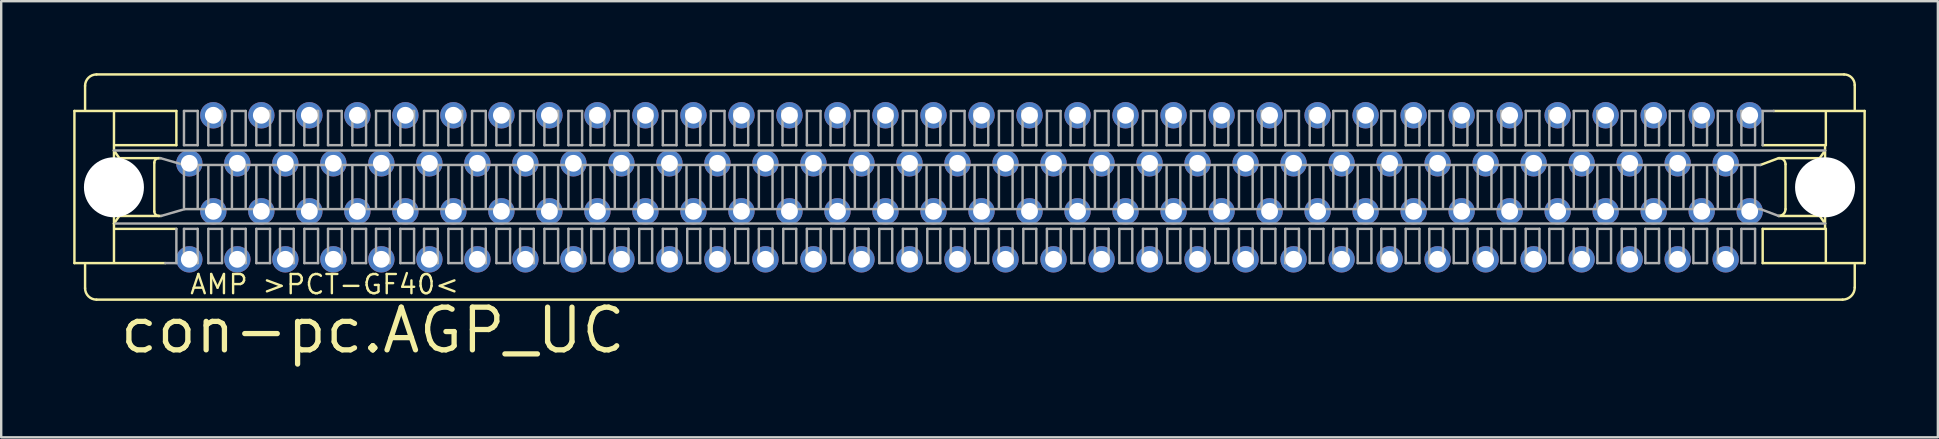
<source format=kicad_pcb>
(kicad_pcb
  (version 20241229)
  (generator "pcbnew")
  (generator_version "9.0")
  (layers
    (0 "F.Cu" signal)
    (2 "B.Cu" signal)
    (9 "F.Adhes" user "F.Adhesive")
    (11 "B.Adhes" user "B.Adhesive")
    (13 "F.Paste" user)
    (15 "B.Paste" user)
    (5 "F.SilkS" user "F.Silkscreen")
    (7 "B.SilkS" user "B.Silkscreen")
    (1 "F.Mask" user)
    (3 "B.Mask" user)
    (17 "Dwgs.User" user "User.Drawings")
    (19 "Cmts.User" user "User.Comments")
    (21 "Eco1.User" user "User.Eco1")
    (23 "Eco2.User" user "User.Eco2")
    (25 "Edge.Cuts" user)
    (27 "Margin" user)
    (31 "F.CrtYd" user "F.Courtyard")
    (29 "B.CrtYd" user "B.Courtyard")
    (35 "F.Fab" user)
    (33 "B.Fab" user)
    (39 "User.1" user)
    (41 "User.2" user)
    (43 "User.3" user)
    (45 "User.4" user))
  (footprint "con-pc.AGP_UC"
    (layer "F.Cu")
    (at 4.836 4.752)
    (property "Reference" "con-pc.AGP_UC" (at -3 7 0) (layer "F.SilkS") (effects (font (size 1.778 1.778) (thickness 0.22)) (justify left bottom)))
    (attr through_hole)
    (fp_line (start -4.786 -3.18) (end -4.786 3.158) (stroke (width 0.102) (type default)) (layer "F.SilkS"))
    (fp_line (start -4.786 -3.18) (end -0.539 -3.18) (stroke (width 0.102) (type default)) (layer "F.SilkS"))
    (fp_line (start -4.786 3.158) (end -1 3.158) (stroke (width 0.102) (type default)) (layer "F.SilkS"))
    (fp_line (start -4.342 -4.226) (end -4.342 -3.244) (stroke (width 0.102) (type default)) (layer "F.SilkS"))
    (fp_line (start -4.342 3.222) (end -4.342 4.204) (stroke (width 0.102) (type default)) (layer "F.SilkS"))
    (fp_line (start -3.866 4.68) (end 68.869 4.68) (stroke (width 0.102) (type default)) (layer "F.SilkS"))
    (fp_line (start -3.138 -3.117) (end -3.138 -1.532) (stroke (width 0.102) (type default)) (layer "F.SilkS"))
    (fp_line (start -3.138 -1.532) (end -3.138 1.51) (stroke (width 0.102) (type default)) (layer "F.SilkS"))
    (fp_line (start -3.138 1.51) (end -3.138 3.095) (stroke (width 0.102) (type default)) (layer "F.SilkS"))
    (fp_line (start -2.916 -1.215) (end -3.138 -1.532) (stroke (width 0.102) (type default)) (layer "F.SilkS"))
    (fp_line (start -2.916 1.194) (end -3.138 1.51) (stroke (width 0.102) (type default)) (layer "F.SilkS"))
    (fp_line (start -1.458 1.003) (end -1.458 -1.025) (stroke (width 0.102) (type default)) (layer "F.SilkS"))
    (fp_line (start -1.268 -1.215) (end -2.916 -1.215) (stroke (width 0.102) (type default)) (layer "F.SilkS"))
    (fp_line (start -1.268 1.194) (end -2.916 1.194) (stroke (width 0.102) (type default)) (layer "F.SilkS"))
    (fp_line (start -1.204 -1.215) (end -1.268 -1.215) (stroke (width 0.102) (type default)) (layer "F.SilkS"))
    (fp_line (start -1.173 1.194) (end -1.268 1.194) (stroke (width 0.102) (type default)) (layer "F.SilkS"))
    (fp_line (start -0.539 -3.18) (end -0.539 -1.754) (stroke (width 0.102) (type default)) (layer "F.SilkS"))
    (fp_line (start -0.539 -1.754) (end -3.074 -1.754) (stroke (width 0.102) (type default)) (layer "F.SilkS"))
    (fp_line (start -0.539 1.732) (end -3.106 1.732) (stroke (width 0.102) (type default)) (layer "F.SilkS"))
    (fp_line (start 65.541 -1.754) (end 68.172 -1.754) (stroke (width 0.102) (type default)) (layer "F.SilkS"))
    (fp_line (start 65.541 1.732) (end 65.541 3.158) (stroke (width 0.102) (type default)) (layer "F.SilkS"))
    (fp_line (start 65.541 3.158) (end 69.788 3.158) (stroke (width 0.102) (type default)) (layer "F.SilkS"))
    (fp_line (start 66.207 -1.215) (end 65.446 -0.93) (stroke (width 0.102) (type default)) (layer "F.SilkS"))
    (fp_line (start 66.238 -1.215) (end 66.207 -1.215) (stroke (width 0.102) (type default)) (layer "F.SilkS"))
    (fp_line (start 66.492 -0.962) (end 66.492 0.908) (stroke (width 0.102) (type default)) (layer "F.SilkS"))
    (fp_line (start 67.918 -1.215) (end 66.238 -1.215) (stroke (width 0.102) (type default)) (layer "F.SilkS"))
    (fp_line (start 67.918 1.194) (end 66.207 1.194) (stroke (width 0.102) (type default)) (layer "F.SilkS"))
    (fp_line (start 68.14 -1.691) (end 68.14 1.701) (stroke (width 0.102) (type default)) (layer "F.SilkS"))
    (fp_line (start 68.14 -1.532) (end 67.918 -1.215) (stroke (width 0.102) (type default)) (layer "F.SilkS"))
    (fp_line (start 68.14 1.51) (end 67.918 1.194) (stroke (width 0.102) (type default)) (layer "F.SilkS"))
    (fp_line (start 68.172 -1.754) (end 68.172 -3.117) (stroke (width 0.102) (type default)) (layer "F.SilkS"))
    (fp_line (start 68.172 1.732) (end 65.541 1.732) (stroke (width 0.102) (type default)) (layer "F.SilkS"))
    (fp_line (start 68.172 3.127) (end 68.172 1.732) (stroke (width 0.102) (type default)) (layer "F.SilkS"))
    (fp_line (start 68.932 -4.701) (end -3.866 -4.701) (stroke (width 0.102) (type default)) (layer "F.SilkS"))
    (fp_line (start 69.376 -3.244) (end 69.376 -4.258) (stroke (width 0.102) (type default)) (layer "F.SilkS"))
    (fp_line (start 69.376 4.173) (end 69.376 3.222) (stroke (width 0.102) (type default)) (layer "F.SilkS"))
    (fp_line (start 69.788 -3.18) (end 66 -3.18) (stroke (width 0.102) (type default)) (layer "F.SilkS"))
    (fp_line (start 69.788 3.158) (end 69.788 -3.18) (stroke (width 0.102) (type default)) (layer "F.SilkS"))
    (fp_arc (start -4.3419 -4.226) (mid -4.202659 -4.562159) (end -3.8665 -4.7014) (stroke (width 0.1016) (type default)) (layer "F.SilkS"))
    (fp_arc (start -3.8665 4.6797) (mid -4.202659 4.540459) (end -4.3419 4.2043) (stroke (width 0.1016) (type default)) (layer "F.SilkS"))
    (fp_arc (start -1.4578 -1.0251) (mid -1.402121 -1.159521) (end -1.2677 -1.2152) (stroke (width 0.1016) (type default)) (layer "F.SilkS"))
    (fp_arc (start -1.2677 1.1935) (mid -1.402092 1.137792) (end -1.4578 1.0034) (stroke (width 0.1016) (type default)) (layer "F.SilkS"))
    (fp_arc (start 66.2384 -1.2152) (mid 66.417722 -1.140922) (end 66.492 -0.9616) (stroke (width 0.1016) (type default)) (layer "F.SilkS"))
    (fp_arc (start 66.492 0.9082) (mid 66.408408 1.109908) (end 66.2067 1.1935) (stroke (width 0.1016) (type default)) (layer "F.SilkS"))
    (fp_arc (start 68.9323 -4.7014) (mid 69.246043 -4.571443) (end 69.376 -4.2577) (stroke (width 0.1016) (type default)) (layer "F.SilkS"))
    (fp_arc (start 69.376 4.1726) (mid 69.227474 4.531174) (end 68.8689 4.6797) (stroke (width 0.1016) (type default)) (layer "F.SilkS"))
    (fp_line (start -3.138 -1.532) (end 68.14 -1.532) (stroke (width 0.102) (type default)) (layer "F.Fab"))
    (fp_line (start -3.074 1.51) (end 68.14 1.51) (stroke (width 0.102) (type default)) (layer "F.Fab"))
    (fp_line (start -1 3.158) (end -0.539 3.158) (stroke (width 0.102) (type default)) (layer "F.Fab"))
    (fp_line (start -0.539 3.158) (end -0.539 1.732) (stroke (width 0.102) (type default)) (layer "F.Fab"))
    (fp_line (start -0.222 -3.18) (end 0.349 -3.18) (stroke (width 0.102) (type default)) (layer "F.Fab"))
    (fp_line (start -0.222 -1.754) (end -0.222 -3.18) (stroke (width 0.102) (type default)) (layer "F.Fab"))
    (fp_line (start -0.222 -0.93) (end -1.204 -1.215) (stroke (width 0.102) (type default)) (layer "F.Fab"))
    (fp_line (start -0.222 -0.867) (end -0.222 0.845) (stroke (width 0.102) (type default)) (layer "F.Fab"))
    (fp_line (start -0.222 1.732) (end 0.349 1.732) (stroke (width 0.102) (type default)) (layer "F.Fab"))
    (fp_line (start -0.222 3.158) (end -0.222 1.732) (stroke (width 0.102) (type default)) (layer "F.Fab"))
    (fp_line (start -0.19 0.908) (end -1.173 1.194) (stroke (width 0.102) (type default)) (layer "F.Fab"))
    (fp_line (start 0.349 -3.18) (end 0.349 -1.754) (stroke (width 0.102) (type default)) (layer "F.Fab"))
    (fp_line (start 0.349 -1.754) (end -0.222 -1.754) (stroke (width 0.102) (type default)) (layer "F.Fab"))
    (fp_line (start 0.349 -0.867) (end 0.349 0.845) (stroke (width 0.102) (type default)) (layer "F.Fab"))
    (fp_line (start 0.349 1.732) (end 0.349 3.158) (stroke (width 0.102) (type default)) (layer "F.Fab"))
    (fp_line (start 0.349 3.158) (end -0.222 3.158) (stroke (width 0.102) (type default)) (layer "F.Fab"))
    (fp_line (start 0.792 -3.18) (end 1.363 -3.18) (stroke (width 0.102) (type default)) (layer "F.Fab"))
    (fp_line (start 0.792 -1.754) (end 0.792 -3.18) (stroke (width 0.102) (type default)) (layer "F.Fab"))
    (fp_line (start 0.792 -0.867) (end 0.792 0.845) (stroke (width 0.102) (type default)) (layer "F.Fab"))
    (fp_line (start 0.792 1.732) (end 1.363 1.732) (stroke (width 0.102) (type default)) (layer "F.Fab"))
    (fp_line (start 0.792 3.158) (end 0.792 1.732) (stroke (width 0.102) (type default)) (layer "F.Fab"))
    (fp_line (start 1.363 -3.18) (end 1.363 -1.754) (stroke (width 0.102) (type default)) (layer "F.Fab"))
    (fp_line (start 1.363 -1.754) (end 0.792 -1.754) (stroke (width 0.102) (type default)) (layer "F.Fab"))
    (fp_line (start 1.363 -0.867) (end 1.363 0.845) (stroke (width 0.102) (type default)) (layer "F.Fab"))
    (fp_line (start 1.363 1.732) (end 1.363 3.158) (stroke (width 0.102) (type default)) (layer "F.Fab"))
    (fp_line (start 1.363 3.158) (end 0.792 3.158) (stroke (width 0.102) (type default)) (layer "F.Fab"))
    (fp_line (start 1.775 -0.867) (end 1.775 0.845) (stroke (width 0.102) (type default)) (layer "F.Fab"))
    (fp_line (start 1.778 -3.18) (end 2.349 -3.18) (stroke (width 0.102) (type default)) (layer "F.Fab"))
    (fp_line (start 1.778 -1.754) (end 1.778 -3.18) (stroke (width 0.102) (type default)) (layer "F.Fab"))
    (fp_line (start 1.778 1.732) (end 2.349 1.732) (stroke (width 0.102) (type default)) (layer "F.Fab"))
    (fp_line (start 1.778 3.158) (end 1.778 1.732) (stroke (width 0.102) (type default)) (layer "F.Fab"))
    (fp_line (start 2.349 -3.18) (end 2.349 -1.754) (stroke (width 0.102) (type default)) (layer "F.Fab"))
    (fp_line (start 2.349 -1.754) (end 1.778 -1.754) (stroke (width 0.102) (type default)) (layer "F.Fab"))
    (fp_line (start 2.349 -0.867) (end 2.349 0.845) (stroke (width 0.102) (type default)) (layer "F.Fab"))
    (fp_line (start 2.349 1.732) (end 2.349 3.158) (stroke (width 0.102) (type default)) (layer "F.Fab"))
    (fp_line (start 2.349 3.158) (end 1.778 3.158) (stroke (width 0.102) (type default)) (layer "F.Fab"))
    (fp_line (start 2.792 -3.18) (end 3.363 -3.18) (stroke (width 0.102) (type default)) (layer "F.Fab"))
    (fp_line (start 2.792 -1.754) (end 2.792 -3.18) (stroke (width 0.102) (type default)) (layer "F.Fab"))
    (fp_line (start 2.792 -0.867) (end 2.792 0.845) (stroke (width 0.102) (type default)) (layer "F.Fab"))
    (fp_line (start 2.792 1.732) (end 3.363 1.732) (stroke (width 0.102) (type default)) (layer "F.Fab"))
    (fp_line (start 2.792 3.158) (end 2.792 1.732) (stroke (width 0.102) (type default)) (layer "F.Fab"))
    (fp_line (start 3.363 -3.18) (end 3.363 -1.754) (stroke (width 0.102) (type default)) (layer "F.Fab"))
    (fp_line (start 3.363 -1.754) (end 2.792 -1.754) (stroke (width 0.102) (type default)) (layer "F.Fab"))
    (fp_line (start 3.363 -0.867) (end 3.363 0.845) (stroke (width 0.102) (type default)) (layer "F.Fab"))
    (fp_line (start 3.363 1.732) (end 3.363 3.158) (stroke (width 0.102) (type default)) (layer "F.Fab"))
    (fp_line (start 3.363 3.158) (end 2.792 3.158) (stroke (width 0.102) (type default)) (layer "F.Fab"))
    (fp_line (start 3.775 -0.867) (end 3.775 0.845) (stroke (width 0.102) (type default)) (layer "F.Fab"))
    (fp_line (start 3.778 -3.18) (end 4.349 -3.18) (stroke (width 0.102) (type default)) (layer "F.Fab"))
    (fp_line (start 3.778 -1.754) (end 3.778 -3.18) (stroke (width 0.102) (type default)) (layer "F.Fab"))
    (fp_line (start 3.778 1.732) (end 4.349 1.732) (stroke (width 0.102) (type default)) (layer "F.Fab"))
    (fp_line (start 3.778 3.158) (end 3.778 1.732) (stroke (width 0.102) (type default)) (layer "F.Fab"))
    (fp_line (start 4.349 -3.18) (end 4.349 -1.754) (stroke (width 0.102) (type default)) (layer "F.Fab"))
    (fp_line (start 4.349 -1.754) (end 3.778 -1.754) (stroke (width 0.102) (type default)) (layer "F.Fab"))
    (fp_line (start 4.349 -0.867) (end 4.349 0.845) (stroke (width 0.102) (type default)) (layer "F.Fab"))
    (fp_line (start 4.349 1.732) (end 4.349 3.158) (stroke (width 0.102) (type default)) (layer "F.Fab"))
    (fp_line (start 4.349 3.158) (end 3.778 3.158) (stroke (width 0.102) (type default)) (layer "F.Fab"))
    (fp_line (start 4.792 -3.18) (end 5.363 -3.18) (stroke (width 0.102) (type default)) (layer "F.Fab"))
    (fp_line (start 4.792 -1.754) (end 4.792 -3.18) (stroke (width 0.102) (type default)) (layer "F.Fab"))
    (fp_line (start 4.792 -0.867) (end 4.792 0.845) (stroke (width 0.102) (type default)) (layer "F.Fab"))
    (fp_line (start 4.792 1.732) (end 5.363 1.732) (stroke (width 0.102) (type default)) (layer "F.Fab"))
    (fp_line (start 4.792 3.158) (end 4.792 1.732) (stroke (width 0.102) (type default)) (layer "F.Fab"))
    (fp_line (start 5.363 -3.18) (end 5.363 -1.754) (stroke (width 0.102) (type default)) (layer "F.Fab"))
    (fp_line (start 5.363 -1.754) (end 4.792 -1.754) (stroke (width 0.102) (type default)) (layer "F.Fab"))
    (fp_line (start 5.363 -0.867) (end 5.363 0.845) (stroke (width 0.102) (type default)) (layer "F.Fab"))
    (fp_line (start 5.363 1.732) (end 5.363 3.158) (stroke (width 0.102) (type default)) (layer "F.Fab"))
    (fp_line (start 5.363 3.158) (end 4.792 3.158) (stroke (width 0.102) (type default)) (layer "F.Fab"))
    (fp_line (start 5.775 -0.867) (end 5.775 0.845) (stroke (width 0.102) (type default)) (layer "F.Fab"))
    (fp_line (start 5.778 -3.18) (end 6.349 -3.18) (stroke (width 0.102) (type default)) (layer "F.Fab"))
    (fp_line (start 5.778 -1.754) (end 5.778 -3.18) (stroke (width 0.102) (type default)) (layer "F.Fab"))
    (fp_line (start 5.778 1.732) (end 6.349 1.732) (stroke (width 0.102) (type default)) (layer "F.Fab"))
    (fp_line (start 5.778 3.158) (end 5.778 1.732) (stroke (width 0.102) (type default)) (layer "F.Fab"))
    (fp_line (start 6.349 -3.18) (end 6.349 -1.754) (stroke (width 0.102) (type default)) (layer "F.Fab"))
    (fp_line (start 6.349 -1.754) (end 5.778 -1.754) (stroke (width 0.102) (type default)) (layer "F.Fab"))
    (fp_line (start 6.349 -0.867) (end 6.349 0.845) (stroke (width 0.102) (type default)) (layer "F.Fab"))
    (fp_line (start 6.349 1.732) (end 6.349 3.158) (stroke (width 0.102) (type default)) (layer "F.Fab"))
    (fp_line (start 6.349 3.158) (end 5.778 3.158) (stroke (width 0.102) (type default)) (layer "F.Fab"))
    (fp_line (start 6.792 -3.18) (end 7.363 -3.18) (stroke (width 0.102) (type default)) (layer "F.Fab"))
    (fp_line (start 6.792 -1.754) (end 6.792 -3.18) (stroke (width 0.102) (type default)) (layer "F.Fab"))
    (fp_line (start 6.792 -0.867) (end 6.792 0.845) (stroke (width 0.102) (type default)) (layer "F.Fab"))
    (fp_line (start 6.792 1.732) (end 7.363 1.732) (stroke (width 0.102) (type default)) (layer "F.Fab"))
    (fp_line (start 6.792 3.158) (end 6.792 1.732) (stroke (width 0.102) (type default)) (layer "F.Fab"))
    (fp_line (start 7.363 -3.18) (end 7.363 -1.754) (stroke (width 0.102) (type default)) (layer "F.Fab"))
    (fp_line (start 7.363 -1.754) (end 6.792 -1.754) (stroke (width 0.102) (type default)) (layer "F.Fab"))
    (fp_line (start 7.363 -0.867) (end 7.363 0.845) (stroke (width 0.102) (type default)) (layer "F.Fab"))
    (fp_line (start 7.363 1.732) (end 7.363 3.158) (stroke (width 0.102) (type default)) (layer "F.Fab"))
    (fp_line (start 7.363 3.158) (end 6.792 3.158) (stroke (width 0.102) (type default)) (layer "F.Fab"))
    (fp_line (start 7.775 -0.867) (end 7.775 0.845) (stroke (width 0.102) (type default)) (layer "F.Fab"))
    (fp_line (start 7.778 -3.18) (end 8.349 -3.18) (stroke (width 0.102) (type default)) (layer "F.Fab"))
    (fp_line (start 7.778 -1.754) (end 7.778 -3.18) (stroke (width 0.102) (type default)) (layer "F.Fab"))
    (fp_line (start 7.778 1.732) (end 8.349 1.732) (stroke (width 0.102) (type default)) (layer "F.Fab"))
    (fp_line (start 7.778 3.158) (end 7.778 1.732) (stroke (width 0.102) (type default)) (layer "F.Fab"))
    (fp_line (start 8.349 -3.18) (end 8.349 -1.754) (stroke (width 0.102) (type default)) (layer "F.Fab"))
    (fp_line (start 8.349 -1.754) (end 7.778 -1.754) (stroke (width 0.102) (type default)) (layer "F.Fab"))
    (fp_line (start 8.349 -0.867) (end 8.349 0.845) (stroke (width 0.102) (type default)) (layer "F.Fab"))
    (fp_line (start 8.349 1.732) (end 8.349 3.158) (stroke (width 0.102) (type default)) (layer "F.Fab"))
    (fp_line (start 8.349 3.158) (end 7.778 3.158) (stroke (width 0.102) (type default)) (layer "F.Fab"))
    (fp_line (start 8.792 -3.18) (end 9.363 -3.18) (stroke (width 0.102) (type default)) (layer "F.Fab"))
    (fp_line (start 8.792 -1.754) (end 8.792 -3.18) (stroke (width 0.102) (type default)) (layer "F.Fab"))
    (fp_line (start 8.792 -0.867) (end 8.792 0.845) (stroke (width 0.102) (type default)) (layer "F.Fab"))
    (fp_line (start 8.792 1.732) (end 9.363 1.732) (stroke (width 0.102) (type default)) (layer "F.Fab"))
    (fp_line (start 8.792 3.158) (end 8.792 1.732) (stroke (width 0.102) (type default)) (layer "F.Fab"))
    (fp_line (start 9.363 -3.18) (end 9.363 -1.754) (stroke (width 0.102) (type default)) (layer "F.Fab"))
    (fp_line (start 9.363 -1.754) (end 8.792 -1.754) (stroke (width 0.102) (type default)) (layer "F.Fab"))
    (fp_line (start 9.363 -0.867) (end 9.363 0.845) (stroke (width 0.102) (type default)) (layer "F.Fab"))
    (fp_line (start 9.363 1.732) (end 9.363 3.158) (stroke (width 0.102) (type default)) (layer "F.Fab"))
    (fp_line (start 9.363 3.158) (end 8.792 3.158) (stroke (width 0.102) (type default)) (layer "F.Fab"))
    (fp_line (start 9.775 -0.867) (end 9.775 0.845) (stroke (width 0.102) (type default)) (layer "F.Fab"))
    (fp_line (start 9.778 -3.18) (end 10.349 -3.18) (stroke (width 0.102) (type default)) (layer "F.Fab"))
    (fp_line (start 9.778 -1.754) (end 9.778 -3.18) (stroke (width 0.102) (type default)) (layer "F.Fab"))
    (fp_line (start 9.778 1.732) (end 10.349 1.732) (stroke (width 0.102) (type default)) (layer "F.Fab"))
    (fp_line (start 9.778 3.158) (end 9.778 1.732) (stroke (width 0.102) (type default)) (layer "F.Fab"))
    (fp_line (start 10.349 -3.18) (end 10.349 -1.754) (stroke (width 0.102) (type default)) (layer "F.Fab"))
    (fp_line (start 10.349 -1.754) (end 9.778 -1.754) (stroke (width 0.102) (type default)) (layer "F.Fab"))
    (fp_line (start 10.349 -0.867) (end 10.349 0.845) (stroke (width 0.102) (type default)) (layer "F.Fab"))
    (fp_line (start 10.349 1.732) (end 10.349 3.158) (stroke (width 0.102) (type default)) (layer "F.Fab"))
    (fp_line (start 10.349 3.158) (end 9.778 3.158) (stroke (width 0.102) (type default)) (layer "F.Fab"))
    (fp_line (start 10.792 -3.18) (end 11.363 -3.18) (stroke (width 0.102) (type default)) (layer "F.Fab"))
    (fp_line (start 10.792 -1.754) (end 10.792 -3.18) (stroke (width 0.102) (type default)) (layer "F.Fab"))
    (fp_line (start 10.792 -0.867) (end 10.792 0.845) (stroke (width 0.102) (type default)) (layer "F.Fab"))
    (fp_line (start 10.792 1.732) (end 11.363 1.732) (stroke (width 0.102) (type default)) (layer "F.Fab"))
    (fp_line (start 10.792 3.158) (end 10.792 1.732) (stroke (width 0.102) (type default)) (layer "F.Fab"))
    (fp_line (start 11.363 -3.18) (end 11.363 -1.754) (stroke (width 0.102) (type default)) (layer "F.Fab"))
    (fp_line (start 11.363 -1.754) (end 10.792 -1.754) (stroke (width 0.102) (type default)) (layer "F.Fab"))
    (fp_line (start 11.363 -0.867) (end 11.363 0.845) (stroke (width 0.102) (type default)) (layer "F.Fab"))
    (fp_line (start 11.363 1.732) (end 11.363 3.158) (stroke (width 0.102) (type default)) (layer "F.Fab"))
    (fp_line (start 11.363 3.158) (end 10.792 3.158) (stroke (width 0.102) (type default)) (layer "F.Fab"))
    (fp_line (start 11.775 -0.867) (end 11.775 0.845) (stroke (width 0.102) (type default)) (layer "F.Fab"))
    (fp_line (start 11.778 -3.18) (end 12.349 -3.18) (stroke (width 0.102) (type default)) (layer "F.Fab"))
    (fp_line (start 11.778 -1.754) (end 11.778 -3.18) (stroke (width 0.102) (type default)) (layer "F.Fab"))
    (fp_line (start 11.778 1.732) (end 12.349 1.732) (stroke (width 0.102) (type default)) (layer "F.Fab"))
    (fp_line (start 11.778 3.158) (end 11.778 1.732) (stroke (width 0.102) (type default)) (layer "F.Fab"))
    (fp_line (start 12.349 -3.18) (end 12.349 -1.754) (stroke (width 0.102) (type default)) (layer "F.Fab"))
    (fp_line (start 12.349 -1.754) (end 11.778 -1.754) (stroke (width 0.102) (type default)) (layer "F.Fab"))
    (fp_line (start 12.349 -0.867) (end 12.349 0.845) (stroke (width 0.102) (type default)) (layer "F.Fab"))
    (fp_line (start 12.349 1.732) (end 12.349 3.158) (stroke (width 0.102) (type default)) (layer "F.Fab"))
    (fp_line (start 12.349 3.158) (end 11.778 3.158) (stroke (width 0.102) (type default)) (layer "F.Fab"))
    (fp_line (start 12.792 -3.18) (end 13.363 -3.18) (stroke (width 0.102) (type default)) (layer "F.Fab"))
    (fp_line (start 12.792 -1.754) (end 12.792 -3.18) (stroke (width 0.102) (type default)) (layer "F.Fab"))
    (fp_line (start 12.792 -0.867) (end 12.792 0.845) (stroke (width 0.102) (type default)) (layer "F.Fab"))
    (fp_line (start 12.792 1.732) (end 13.363 1.732) (stroke (width 0.102) (type default)) (layer "F.Fab"))
    (fp_line (start 12.792 3.158) (end 12.792 1.732) (stroke (width 0.102) (type default)) (layer "F.Fab"))
    (fp_line (start 13.363 -3.18) (end 13.363 -1.754) (stroke (width 0.102) (type default)) (layer "F.Fab"))
    (fp_line (start 13.363 -1.754) (end 12.792 -1.754) (stroke (width 0.102) (type default)) (layer "F.Fab"))
    (fp_line (start 13.363 -0.867) (end 13.363 0.845) (stroke (width 0.102) (type default)) (layer "F.Fab"))
    (fp_line (start 13.363 1.732) (end 13.363 3.158) (stroke (width 0.102) (type default)) (layer "F.Fab"))
    (fp_line (start 13.363 3.158) (end 12.792 3.158) (stroke (width 0.102) (type default)) (layer "F.Fab"))
    (fp_line (start 13.775 -0.867) (end 13.775 0.845) (stroke (width 0.102) (type default)) (layer "F.Fab"))
    (fp_line (start 13.778 -3.18) (end 14.349 -3.18) (stroke (width 0.102) (type default)) (layer "F.Fab"))
    (fp_line (start 13.778 -1.754) (end 13.778 -3.18) (stroke (width 0.102) (type default)) (layer "F.Fab"))
    (fp_line (start 13.778 1.732) (end 14.349 1.732) (stroke (width 0.102) (type default)) (layer "F.Fab"))
    (fp_line (start 13.778 3.158) (end 13.778 1.732) (stroke (width 0.102) (type default)) (layer "F.Fab"))
    (fp_line (start 14.349 -3.18) (end 14.349 -1.754) (stroke (width 0.102) (type default)) (layer "F.Fab"))
    (fp_line (start 14.349 -1.754) (end 13.778 -1.754) (stroke (width 0.102) (type default)) (layer "F.Fab"))
    (fp_line (start 14.349 -0.867) (end 14.349 0.845) (stroke (width 0.102) (type default)) (layer "F.Fab"))
    (fp_line (start 14.349 1.732) (end 14.349 3.158) (stroke (width 0.102) (type default)) (layer "F.Fab"))
    (fp_line (start 14.349 3.158) (end 13.778 3.158) (stroke (width 0.102) (type default)) (layer "F.Fab"))
    (fp_line (start 14.792 -3.18) (end 15.363 -3.18) (stroke (width 0.102) (type default)) (layer "F.Fab"))
    (fp_line (start 14.792 -1.754) (end 14.792 -3.18) (stroke (width 0.102) (type default)) (layer "F.Fab"))
    (fp_line (start 14.792 -0.867) (end 14.792 0.845) (stroke (width 0.102) (type default)) (layer "F.Fab"))
    (fp_line (start 14.792 1.732) (end 15.363 1.732) (stroke (width 0.102) (type default)) (layer "F.Fab"))
    (fp_line (start 14.792 3.158) (end 14.792 1.732) (stroke (width 0.102) (type default)) (layer "F.Fab"))
    (fp_line (start 15.363 -3.18) (end 15.363 -1.754) (stroke (width 0.102) (type default)) (layer "F.Fab"))
    (fp_line (start 15.363 -1.754) (end 14.792 -1.754) (stroke (width 0.102) (type default)) (layer "F.Fab"))
    (fp_line (start 15.363 -0.867) (end 15.363 0.845) (stroke (width 0.102) (type default)) (layer "F.Fab"))
    (fp_line (start 15.363 1.732) (end 15.363 3.158) (stroke (width 0.102) (type default)) (layer "F.Fab"))
    (fp_line (start 15.363 3.158) (end 14.792 3.158) (stroke (width 0.102) (type default)) (layer "F.Fab"))
    (fp_line (start 15.792 -3.18) (end 16.363 -3.18) (stroke (width 0.102) (type default)) (layer "F.Fab"))
    (fp_line (start 15.792 -1.754) (end 15.792 -3.18) (stroke (width 0.102) (type default)) (layer "F.Fab"))
    (fp_line (start 15.792 -0.867) (end 15.792 0.845) (stroke (width 0.102) (type default)) (layer "F.Fab"))
    (fp_line (start 15.792 1.732) (end 16.363 1.732) (stroke (width 0.102) (type default)) (layer "F.Fab"))
    (fp_line (start 15.792 3.158) (end 15.792 1.732) (stroke (width 0.102) (type default)) (layer "F.Fab"))
    (fp_line (start 16.363 -3.18) (end 16.363 -1.754) (stroke (width 0.102) (type default)) (layer "F.Fab"))
    (fp_line (start 16.363 -1.754) (end 15.792 -1.754) (stroke (width 0.102) (type default)) (layer "F.Fab"))
    (fp_line (start 16.363 -0.867) (end 16.363 0.845) (stroke (width 0.102) (type default)) (layer "F.Fab"))
    (fp_line (start 16.363 1.732) (end 16.363 3.158) (stroke (width 0.102) (type default)) (layer "F.Fab"))
    (fp_line (start 16.363 3.158) (end 15.792 3.158) (stroke (width 0.102) (type default)) (layer "F.Fab"))
    (fp_line (start 16.711 -3.18) (end 16.711 -1.754) (stroke (width 0.102) (type default)) (layer "F.Fab"))
    (fp_line (start 16.711 -1.754) (end 17.281 -1.754) (stroke (width 0.102) (type default)) (layer "F.Fab"))
    (fp_line (start 16.711 -0.867) (end 16.711 0.845) (stroke (width 0.102) (type default)) (layer "F.Fab"))
    (fp_line (start 16.742 1.732) (end 16.742 3.158) (stroke (width 0.102) (type default)) (layer "F.Fab"))
    (fp_line (start 16.742 3.158) (end 17.281 3.158) (stroke (width 0.102) (type default)) (layer "F.Fab"))
    (fp_line (start 17.281 -3.18) (end 16.711 -3.18) (stroke (width 0.102) (type default)) (layer "F.Fab"))
    (fp_line (start 17.281 -1.754) (end 17.281 -3.18) (stroke (width 0.102) (type default)) (layer "F.Fab"))
    (fp_line (start 17.281 -0.867) (end 17.281 0.845) (stroke (width 0.102) (type default)) (layer "F.Fab"))
    (fp_line (start 17.281 1.732) (end 16.742 1.732) (stroke (width 0.102) (type default)) (layer "F.Fab"))
    (fp_line (start 17.281 3.158) (end 17.281 1.732) (stroke (width 0.102) (type default)) (layer "F.Fab"))
    (fp_line (start 17.725 -3.18) (end 17.725 -1.754) (stroke (width 0.102) (type default)) (layer "F.Fab"))
    (fp_line (start 17.725 -1.754) (end 18.295 -1.754) (stroke (width 0.102) (type default)) (layer "F.Fab"))
    (fp_line (start 17.725 -0.867) (end 17.725 0.845) (stroke (width 0.102) (type default)) (layer "F.Fab"))
    (fp_line (start 17.725 1.732) (end 18.295 1.732) (stroke (width 0.102) (type default)) (layer "F.Fab"))
    (fp_line (start 17.725 3.158) (end 17.725 1.732) (stroke (width 0.102) (type default)) (layer "F.Fab"))
    (fp_line (start 18.295 -3.18) (end 17.725 -3.18) (stroke (width 0.102) (type default)) (layer "F.Fab"))
    (fp_line (start 18.295 -1.754) (end 18.295 -3.18) (stroke (width 0.102) (type default)) (layer "F.Fab"))
    (fp_line (start 18.295 -0.867) (end 18.295 0.876) (stroke (width 0.102) (type default)) (layer "F.Fab"))
    (fp_line (start 18.295 1.732) (end 18.295 3.158) (stroke (width 0.102) (type default)) (layer "F.Fab"))
    (fp_line (start 18.295 3.158) (end 17.725 3.158) (stroke (width 0.102) (type default)) (layer "F.Fab"))
    (fp_line (start 18.711 -3.18) (end 18.711 -1.754) (stroke (width 0.102) (type default)) (layer "F.Fab"))
    (fp_line (start 18.711 -1.754) (end 19.281 -1.754) (stroke (width 0.102) (type default)) (layer "F.Fab"))
    (fp_line (start 18.711 -0.867) (end 18.711 0.845) (stroke (width 0.102) (type default)) (layer "F.Fab"))
    (fp_line (start 18.742 1.732) (end 18.742 3.158) (stroke (width 0.102) (type default)) (layer "F.Fab"))
    (fp_line (start 18.742 3.158) (end 19.281 3.158) (stroke (width 0.102) (type default)) (layer "F.Fab"))
    (fp_line (start 19.281 -3.18) (end 18.711 -3.18) (stroke (width 0.102) (type default)) (layer "F.Fab"))
    (fp_line (start 19.281 -1.754) (end 19.281 -3.18) (stroke (width 0.102) (type default)) (layer "F.Fab"))
    (fp_line (start 19.281 -0.867) (end 19.281 0.845) (stroke (width 0.102) (type default)) (layer "F.Fab"))
    (fp_line (start 19.281 1.732) (end 18.742 1.732) (stroke (width 0.102) (type default)) (layer "F.Fab"))
    (fp_line (start 19.281 3.158) (end 19.281 1.732) (stroke (width 0.102) (type default)) (layer "F.Fab"))
    (fp_line (start 19.725 -3.18) (end 19.725 -1.754) (stroke (width 0.102) (type default)) (layer "F.Fab"))
    (fp_line (start 19.725 -1.754) (end 20.295 -1.754) (stroke (width 0.102) (type default)) (layer "F.Fab"))
    (fp_line (start 19.725 -0.867) (end 19.725 0.845) (stroke (width 0.102) (type default)) (layer "F.Fab"))
    (fp_line (start 19.725 1.732) (end 20.295 1.732) (stroke (width 0.102) (type default)) (layer "F.Fab"))
    (fp_line (start 19.725 3.158) (end 19.725 1.732) (stroke (width 0.102) (type default)) (layer "F.Fab"))
    (fp_line (start 20.295 -3.18) (end 19.725 -3.18) (stroke (width 0.102) (type default)) (layer "F.Fab"))
    (fp_line (start 20.295 -1.754) (end 20.295 -3.18) (stroke (width 0.102) (type default)) (layer "F.Fab"))
    (fp_line (start 20.295 -0.867) (end 20.295 0.876) (stroke (width 0.102) (type default)) (layer "F.Fab"))
    (fp_line (start 20.295 1.732) (end 20.295 3.158) (stroke (width 0.102) (type default)) (layer "F.Fab"))
    (fp_line (start 20.295 3.158) (end 19.725 3.158) (stroke (width 0.102) (type default)) (layer "F.Fab"))
    (fp_line (start 20.711 -3.18) (end 20.711 -1.754) (stroke (width 0.102) (type default)) (layer "F.Fab"))
    (fp_line (start 20.711 -1.754) (end 21.281 -1.754) (stroke (width 0.102) (type default)) (layer "F.Fab"))
    (fp_line (start 20.711 -0.867) (end 20.711 0.845) (stroke (width 0.102) (type default)) (layer "F.Fab"))
    (fp_line (start 20.742 1.732) (end 20.742 3.158) (stroke (width 0.102) (type default)) (layer "F.Fab"))
    (fp_line (start 20.742 3.158) (end 21.281 3.158) (stroke (width 0.102) (type default)) (layer "F.Fab"))
    (fp_line (start 21.281 -3.18) (end 20.711 -3.18) (stroke (width 0.102) (type default)) (layer "F.Fab"))
    (fp_line (start 21.281 -1.754) (end 21.281 -3.18) (stroke (width 0.102) (type default)) (layer "F.Fab"))
    (fp_line (start 21.281 -0.867) (end 21.281 0.845) (stroke (width 0.102) (type default)) (layer "F.Fab"))
    (fp_line (start 21.281 1.732) (end 20.742 1.732) (stroke (width 0.102) (type default)) (layer "F.Fab"))
    (fp_line (start 21.281 3.158) (end 21.281 1.732) (stroke (width 0.102) (type default)) (layer "F.Fab"))
    (fp_line (start 21.725 -3.18) (end 21.725 -1.754) (stroke (width 0.102) (type default)) (layer "F.Fab"))
    (fp_line (start 21.725 -1.754) (end 22.295 -1.754) (stroke (width 0.102) (type default)) (layer "F.Fab"))
    (fp_line (start 21.725 -0.867) (end 21.725 0.845) (stroke (width 0.102) (type default)) (layer "F.Fab"))
    (fp_line (start 21.725 1.732) (end 22.295 1.732) (stroke (width 0.102) (type default)) (layer "F.Fab"))
    (fp_line (start 21.725 3.158) (end 21.725 1.732) (stroke (width 0.102) (type default)) (layer "F.Fab"))
    (fp_line (start 22.295 -3.18) (end 21.725 -3.18) (stroke (width 0.102) (type default)) (layer "F.Fab"))
    (fp_line (start 22.295 -1.754) (end 22.295 -3.18) (stroke (width 0.102) (type default)) (layer "F.Fab"))
    (fp_line (start 22.295 -0.867) (end 22.295 0.876) (stroke (width 0.102) (type default)) (layer "F.Fab"))
    (fp_line (start 22.295 1.732) (end 22.295 3.158) (stroke (width 0.102) (type default)) (layer "F.Fab"))
    (fp_line (start 22.295 3.158) (end 21.725 3.158) (stroke (width 0.102) (type default)) (layer "F.Fab"))
    (fp_line (start 22.711 -3.18) (end 22.711 -1.754) (stroke (width 0.102) (type default)) (layer "F.Fab"))
    (fp_line (start 22.711 -1.754) (end 23.281 -1.754) (stroke (width 0.102) (type default)) (layer "F.Fab"))
    (fp_line (start 22.711 -0.867) (end 22.711 0.845) (stroke (width 0.102) (type default)) (layer "F.Fab"))
    (fp_line (start 22.742 1.732) (end 22.742 3.158) (stroke (width 0.102) (type default)) (layer "F.Fab"))
    (fp_line (start 22.742 3.158) (end 23.281 3.158) (stroke (width 0.102) (type default)) (layer "F.Fab"))
    (fp_line (start 23.281 -3.18) (end 22.711 -3.18) (stroke (width 0.102) (type default)) (layer "F.Fab"))
    (fp_line (start 23.281 -1.754) (end 23.281 -3.18) (stroke (width 0.102) (type default)) (layer "F.Fab"))
    (fp_line (start 23.281 -0.867) (end 23.281 0.845) (stroke (width 0.102) (type default)) (layer "F.Fab"))
    (fp_line (start 23.281 1.732) (end 22.742 1.732) (stroke (width 0.102) (type default)) (layer "F.Fab"))
    (fp_line (start 23.281 3.158) (end 23.281 1.732) (stroke (width 0.102) (type default)) (layer "F.Fab"))
    (fp_line (start 23.725 -3.18) (end 23.725 -1.754) (stroke (width 0.102) (type default)) (layer "F.Fab"))
    (fp_line (start 23.725 -1.754) (end 24.295 -1.754) (stroke (width 0.102) (type default)) (layer "F.Fab"))
    (fp_line (start 23.725 -0.867) (end 23.725 0.845) (stroke (width 0.102) (type default)) (layer "F.Fab"))
    (fp_line (start 23.725 1.732) (end 24.295 1.732) (stroke (width 0.102) (type default)) (layer "F.Fab"))
    (fp_line (start 23.725 3.158) (end 23.725 1.732) (stroke (width 0.102) (type default)) (layer "F.Fab"))
    (fp_line (start 24.295 -3.18) (end 23.725 -3.18) (stroke (width 0.102) (type default)) (layer "F.Fab"))
    (fp_line (start 24.295 -1.754) (end 24.295 -3.18) (stroke (width 0.102) (type default)) (layer "F.Fab"))
    (fp_line (start 24.295 -0.867) (end 24.295 0.876) (stroke (width 0.102) (type default)) (layer "F.Fab"))
    (fp_line (start 24.295 1.732) (end 24.295 3.158) (stroke (width 0.102) (type default)) (layer "F.Fab"))
    (fp_line (start 24.295 3.158) (end 23.725 3.158) (stroke (width 0.102) (type default)) (layer "F.Fab"))
    (fp_line (start 24.711 -3.18) (end 24.711 -1.754) (stroke (width 0.102) (type default)) (layer "F.Fab"))
    (fp_line (start 24.711 -1.754) (end 25.281 -1.754) (stroke (width 0.102) (type default)) (layer "F.Fab"))
    (fp_line (start 24.711 -0.867) (end 24.711 0.845) (stroke (width 0.102) (type default)) (layer "F.Fab"))
    (fp_line (start 24.742 1.732) (end 24.742 3.158) (stroke (width 0.102) (type default)) (layer "F.Fab"))
    (fp_line (start 24.742 3.158) (end 25.281 3.158) (stroke (width 0.102) (type default)) (layer "F.Fab"))
    (fp_line (start 25.281 -3.18) (end 24.711 -3.18) (stroke (width 0.102) (type default)) (layer "F.Fab"))
    (fp_line (start 25.281 -1.754) (end 25.281 -3.18) (stroke (width 0.102) (type default)) (layer "F.Fab"))
    (fp_line (start 25.281 -0.867) (end 25.281 0.845) (stroke (width 0.102) (type default)) (layer "F.Fab"))
    (fp_line (start 25.281 1.732) (end 24.742 1.732) (stroke (width 0.102) (type default)) (layer "F.Fab"))
    (fp_line (start 25.281 3.158) (end 25.281 1.732) (stroke (width 0.102) (type default)) (layer "F.Fab"))
    (fp_line (start 25.725 -3.18) (end 25.725 -1.754) (stroke (width 0.102) (type default)) (layer "F.Fab"))
    (fp_line (start 25.725 -1.754) (end 26.295 -1.754) (stroke (width 0.102) (type default)) (layer "F.Fab"))
    (fp_line (start 25.725 -0.867) (end 25.725 0.845) (stroke (width 0.102) (type default)) (layer "F.Fab"))
    (fp_line (start 25.725 1.732) (end 26.295 1.732) (stroke (width 0.102) (type default)) (layer "F.Fab"))
    (fp_line (start 25.725 3.158) (end 25.725 1.732) (stroke (width 0.102) (type default)) (layer "F.Fab"))
    (fp_line (start 26.295 -3.18) (end 25.725 -3.18) (stroke (width 0.102) (type default)) (layer "F.Fab"))
    (fp_line (start 26.295 -1.754) (end 26.295 -3.18) (stroke (width 0.102) (type default)) (layer "F.Fab"))
    (fp_line (start 26.295 -0.867) (end 26.295 0.876) (stroke (width 0.102) (type default)) (layer "F.Fab"))
    (fp_line (start 26.295 1.732) (end 26.295 3.158) (stroke (width 0.102) (type default)) (layer "F.Fab"))
    (fp_line (start 26.295 3.158) (end 25.725 3.158) (stroke (width 0.102) (type default)) (layer "F.Fab"))
    (fp_line (start 26.711 -3.18) (end 26.711 -1.754) (stroke (width 0.102) (type default)) (layer "F.Fab"))
    (fp_line (start 26.711 -1.754) (end 27.281 -1.754) (stroke (width 0.102) (type default)) (layer "F.Fab"))
    (fp_line (start 26.711 -0.867) (end 26.711 0.845) (stroke (width 0.102) (type default)) (layer "F.Fab"))
    (fp_line (start 26.742 1.732) (end 26.742 3.158) (stroke (width 0.102) (type default)) (layer "F.Fab"))
    (fp_line (start 26.742 3.158) (end 27.281 3.158) (stroke (width 0.102) (type default)) (layer "F.Fab"))
    (fp_line (start 27.281 -3.18) (end 26.711 -3.18) (stroke (width 0.102) (type default)) (layer "F.Fab"))
    (fp_line (start 27.281 -1.754) (end 27.281 -3.18) (stroke (width 0.102) (type default)) (layer "F.Fab"))
    (fp_line (start 27.281 -0.867) (end 27.281 0.845) (stroke (width 0.102) (type default)) (layer "F.Fab"))
    (fp_line (start 27.281 1.732) (end 26.742 1.732) (stroke (width 0.102) (type default)) (layer "F.Fab"))
    (fp_line (start 27.281 3.158) (end 27.281 1.732) (stroke (width 0.102) (type default)) (layer "F.Fab"))
    (fp_line (start 27.725 -3.18) (end 27.725 -1.754) (stroke (width 0.102) (type default)) (layer "F.Fab"))
    (fp_line (start 27.725 -1.754) (end 28.295 -1.754) (stroke (width 0.102) (type default)) (layer "F.Fab"))
    (fp_line (start 27.725 -0.867) (end 27.725 0.845) (stroke (width 0.102) (type default)) (layer "F.Fab"))
    (fp_line (start 27.725 1.732) (end 28.295 1.732) (stroke (width 0.102) (type default)) (layer "F.Fab"))
    (fp_line (start 27.725 3.158) (end 27.725 1.732) (stroke (width 0.102) (type default)) (layer "F.Fab"))
    (fp_line (start 28.295 -3.18) (end 27.725 -3.18) (stroke (width 0.102) (type default)) (layer "F.Fab"))
    (fp_line (start 28.295 -1.754) (end 28.295 -3.18) (stroke (width 0.102) (type default)) (layer "F.Fab"))
    (fp_line (start 28.295 -0.867) (end 28.295 0.876) (stroke (width 0.102) (type default)) (layer "F.Fab"))
    (fp_line (start 28.295 1.732) (end 28.295 3.158) (stroke (width 0.102) (type default)) (layer "F.Fab"))
    (fp_line (start 28.295 3.158) (end 27.725 3.158) (stroke (width 0.102) (type default)) (layer "F.Fab"))
    (fp_line (start 28.711 -3.18) (end 28.711 -1.754) (stroke (width 0.102) (type default)) (layer "F.Fab"))
    (fp_line (start 28.711 -1.754) (end 29.281 -1.754) (stroke (width 0.102) (type default)) (layer "F.Fab"))
    (fp_line (start 28.711 -0.867) (end 28.711 0.845) (stroke (width 0.102) (type default)) (layer "F.Fab"))
    (fp_line (start 28.742 1.732) (end 28.742 3.158) (stroke (width 0.102) (type default)) (layer "F.Fab"))
    (fp_line (start 28.742 3.158) (end 29.281 3.158) (stroke (width 0.102) (type default)) (layer "F.Fab"))
    (fp_line (start 29.281 -3.18) (end 28.711 -3.18) (stroke (width 0.102) (type default)) (layer "F.Fab"))
    (fp_line (start 29.281 -1.754) (end 29.281 -3.18) (stroke (width 0.102) (type default)) (layer "F.Fab"))
    (fp_line (start 29.281 -0.867) (end 29.281 0.845) (stroke (width 0.102) (type default)) (layer "F.Fab"))
    (fp_line (start 29.281 1.732) (end 28.742 1.732) (stroke (width 0.102) (type default)) (layer "F.Fab"))
    (fp_line (start 29.281 3.158) (end 29.281 1.732) (stroke (width 0.102) (type default)) (layer "F.Fab"))
    (fp_line (start 29.725 -3.18) (end 29.725 -1.754) (stroke (width 0.102) (type default)) (layer "F.Fab"))
    (fp_line (start 29.725 -1.754) (end 30.295 -1.754) (stroke (width 0.102) (type default)) (layer "F.Fab"))
    (fp_line (start 29.725 -0.867) (end 29.725 0.845) (stroke (width 0.102) (type default)) (layer "F.Fab"))
    (fp_line (start 29.725 1.732) (end 30.295 1.732) (stroke (width 0.102) (type default)) (layer "F.Fab"))
    (fp_line (start 29.725 3.158) (end 29.725 1.732) (stroke (width 0.102) (type default)) (layer "F.Fab"))
    (fp_line (start 30.295 -3.18) (end 29.725 -3.18) (stroke (width 0.102) (type default)) (layer "F.Fab"))
    (fp_line (start 30.295 -1.754) (end 30.295 -3.18) (stroke (width 0.102) (type default)) (layer "F.Fab"))
    (fp_line (start 30.295 -0.867) (end 30.295 0.876) (stroke (width 0.102) (type default)) (layer "F.Fab"))
    (fp_line (start 30.295 1.732) (end 30.295 3.158) (stroke (width 0.102) (type default)) (layer "F.Fab"))
    (fp_line (start 30.295 3.158) (end 29.725 3.158) (stroke (width 0.102) (type default)) (layer "F.Fab"))
    (fp_line (start 30.711 -3.18) (end 30.711 -1.754) (stroke (width 0.102) (type default)) (layer "F.Fab"))
    (fp_line (start 30.711 -1.754) (end 31.281 -1.754) (stroke (width 0.102) (type default)) (layer "F.Fab"))
    (fp_line (start 30.711 -0.867) (end 30.711 0.845) (stroke (width 0.102) (type default)) (layer "F.Fab"))
    (fp_line (start 30.742 1.732) (end 30.742 3.158) (stroke (width 0.102) (type default)) (layer "F.Fab"))
    (fp_line (start 30.742 3.158) (end 31.281 3.158) (stroke (width 0.102) (type default)) (layer "F.Fab"))
    (fp_line (start 31.281 -3.18) (end 30.711 -3.18) (stroke (width 0.102) (type default)) (layer "F.Fab"))
    (fp_line (start 31.281 -1.754) (end 31.281 -3.18) (stroke (width 0.102) (type default)) (layer "F.Fab"))
    (fp_line (start 31.281 -0.867) (end 31.281 0.845) (stroke (width 0.102) (type default)) (layer "F.Fab"))
    (fp_line (start 31.281 1.732) (end 30.742 1.732) (stroke (width 0.102) (type default)) (layer "F.Fab"))
    (fp_line (start 31.281 3.158) (end 31.281 1.732) (stroke (width 0.102) (type default)) (layer "F.Fab"))
    (fp_line (start 31.725 -3.18) (end 31.725 -1.754) (stroke (width 0.102) (type default)) (layer "F.Fab"))
    (fp_line (start 31.725 -1.754) (end 32.295 -1.754) (stroke (width 0.102) (type default)) (layer "F.Fab"))
    (fp_line (start 31.725 -0.867) (end 31.725 0.845) (stroke (width 0.102) (type default)) (layer "F.Fab"))
    (fp_line (start 31.725 1.732) (end 32.295 1.732) (stroke (width 0.102) (type default)) (layer "F.Fab"))
    (fp_line (start 31.725 3.158) (end 31.725 1.732) (stroke (width 0.102) (type default)) (layer "F.Fab"))
    (fp_line (start 32.295 -3.18) (end 31.725 -3.18) (stroke (width 0.102) (type default)) (layer "F.Fab"))
    (fp_line (start 32.295 -1.754) (end 32.295 -3.18) (stroke (width 0.102) (type default)) (layer "F.Fab"))
    (fp_line (start 32.295 -0.867) (end 32.295 0.876) (stroke (width 0.102) (type default)) (layer "F.Fab"))
    (fp_line (start 32.295 1.732) (end 32.295 3.158) (stroke (width 0.102) (type default)) (layer "F.Fab"))
    (fp_line (start 32.295 3.158) (end 31.725 3.158) (stroke (width 0.102) (type default)) (layer "F.Fab"))
    (fp_line (start 32.711 -3.18) (end 32.711 -1.754) (stroke (width 0.102) (type default)) (layer "F.Fab"))
    (fp_line (start 32.711 -1.754) (end 33.281 -1.754) (stroke (width 0.102) (type default)) (layer "F.Fab"))
    (fp_line (start 32.711 -0.867) (end 32.711 0.845) (stroke (width 0.102) (type default)) (layer "F.Fab"))
    (fp_line (start 32.742 1.732) (end 32.742 3.158) (stroke (width 0.102) (type default)) (layer "F.Fab"))
    (fp_line (start 32.742 3.158) (end 33.281 3.158) (stroke (width 0.102) (type default)) (layer "F.Fab"))
    (fp_line (start 33.281 -3.18) (end 32.711 -3.18) (stroke (width 0.102) (type default)) (layer "F.Fab"))
    (fp_line (start 33.281 -1.754) (end 33.281 -3.18) (stroke (width 0.102) (type default)) (layer "F.Fab"))
    (fp_line (start 33.281 -0.867) (end 33.281 0.845) (stroke (width 0.102) (type default)) (layer "F.Fab"))
    (fp_line (start 33.281 1.732) (end 32.742 1.732) (stroke (width 0.102) (type default)) (layer "F.Fab"))
    (fp_line (start 33.281 3.158) (end 33.281 1.732) (stroke (width 0.102) (type default)) (layer "F.Fab"))
    (fp_line (start 33.725 -3.18) (end 33.725 -1.754) (stroke (width 0.102) (type default)) (layer "F.Fab"))
    (fp_line (start 33.725 -1.754) (end 34.295 -1.754) (stroke (width 0.102) (type default)) (layer "F.Fab"))
    (fp_line (start 33.725 -0.867) (end 33.725 0.845) (stroke (width 0.102) (type default)) (layer "F.Fab"))
    (fp_line (start 33.725 1.732) (end 34.295 1.732) (stroke (width 0.102) (type default)) (layer "F.Fab"))
    (fp_line (start 33.725 3.158) (end 33.725 1.732) (stroke (width 0.102) (type default)) (layer "F.Fab"))
    (fp_line (start 34.295 -3.18) (end 33.725 -3.18) (stroke (width 0.102) (type default)) (layer "F.Fab"))
    (fp_line (start 34.295 -1.754) (end 34.295 -3.18) (stroke (width 0.102) (type default)) (layer "F.Fab"))
    (fp_line (start 34.295 -0.867) (end 34.295 0.876) (stroke (width 0.102) (type default)) (layer "F.Fab"))
    (fp_line (start 34.295 1.732) (end 34.295 3.158) (stroke (width 0.102) (type default)) (layer "F.Fab"))
    (fp_line (start 34.295 3.158) (end 33.725 3.158) (stroke (width 0.102) (type default)) (layer "F.Fab"))
    (fp_line (start 34.711 -3.18) (end 34.711 -1.754) (stroke (width 0.102) (type default)) (layer "F.Fab"))
    (fp_line (start 34.711 -1.754) (end 35.281 -1.754) (stroke (width 0.102) (type default)) (layer "F.Fab"))
    (fp_line (start 34.711 -0.867) (end 34.711 0.845) (stroke (width 0.102) (type default)) (layer "F.Fab"))
    (fp_line (start 34.742 1.732) (end 34.742 3.158) (stroke (width 0.102) (type default)) (layer "F.Fab"))
    (fp_line (start 34.742 3.158) (end 35.281 3.158) (stroke (width 0.102) (type default)) (layer "F.Fab"))
    (fp_line (start 35.281 -3.18) (end 34.711 -3.18) (stroke (width 0.102) (type default)) (layer "F.Fab"))
    (fp_line (start 35.281 -1.754) (end 35.281 -3.18) (stroke (width 0.102) (type default)) (layer "F.Fab"))
    (fp_line (start 35.281 -0.867) (end 35.281 0.845) (stroke (width 0.102) (type default)) (layer "F.Fab"))
    (fp_line (start 35.281 1.732) (end 34.742 1.732) (stroke (width 0.102) (type default)) (layer "F.Fab"))
    (fp_line (start 35.281 3.158) (end 35.281 1.732) (stroke (width 0.102) (type default)) (layer "F.Fab"))
    (fp_line (start 35.725 -3.18) (end 35.725 -1.754) (stroke (width 0.102) (type default)) (layer "F.Fab"))
    (fp_line (start 35.725 -1.754) (end 36.295 -1.754) (stroke (width 0.102) (type default)) (layer "F.Fab"))
    (fp_line (start 35.725 -0.867) (end 35.725 0.845) (stroke (width 0.102) (type default)) (layer "F.Fab"))
    (fp_line (start 35.725 1.732) (end 36.295 1.732) (stroke (width 0.102) (type default)) (layer "F.Fab"))
    (fp_line (start 35.725 3.158) (end 35.725 1.732) (stroke (width 0.102) (type default)) (layer "F.Fab"))
    (fp_line (start 36.295 -3.18) (end 35.725 -3.18) (stroke (width 0.102) (type default)) (layer "F.Fab"))
    (fp_line (start 36.295 -1.754) (end 36.295 -3.18) (stroke (width 0.102) (type default)) (layer "F.Fab"))
    (fp_line (start 36.295 -0.867) (end 36.295 0.876) (stroke (width 0.102) (type default)) (layer "F.Fab"))
    (fp_line (start 36.295 1.732) (end 36.295 3.158) (stroke (width 0.102) (type default)) (layer "F.Fab"))
    (fp_line (start 36.295 3.158) (end 35.725 3.158) (stroke (width 0.102) (type default)) (layer "F.Fab"))
    (fp_line (start 36.711 -3.18) (end 36.711 -1.754) (stroke (width 0.102) (type default)) (layer "F.Fab"))
    (fp_line (start 36.711 -1.754) (end 37.281 -1.754) (stroke (width 0.102) (type default)) (layer "F.Fab"))
    (fp_line (start 36.711 -0.867) (end 36.711 0.845) (stroke (width 0.102) (type default)) (layer "F.Fab"))
    (fp_line (start 36.742 1.732) (end 36.742 3.158) (stroke (width 0.102) (type default)) (layer "F.Fab"))
    (fp_line (start 36.742 3.158) (end 37.281 3.158) (stroke (width 0.102) (type default)) (layer "F.Fab"))
    (fp_line (start 37.281 -3.18) (end 36.711 -3.18) (stroke (width 0.102) (type default)) (layer "F.Fab"))
    (fp_line (start 37.281 -1.754) (end 37.281 -3.18) (stroke (width 0.102) (type default)) (layer "F.Fab"))
    (fp_line (start 37.281 -0.867) (end 37.281 0.845) (stroke (width 0.102) (type default)) (layer "F.Fab"))
    (fp_line (start 37.281 1.732) (end 36.742 1.732) (stroke (width 0.102) (type default)) (layer "F.Fab"))
    (fp_line (start 37.281 3.158) (end 37.281 1.732) (stroke (width 0.102) (type default)) (layer "F.Fab"))
    (fp_line (start 37.725 -3.18) (end 37.725 -1.754) (stroke (width 0.102) (type default)) (layer "F.Fab"))
    (fp_line (start 37.725 -1.754) (end 38.295 -1.754) (stroke (width 0.102) (type default)) (layer "F.Fab"))
    (fp_line (start 37.725 -0.867) (end 37.725 0.845) (stroke (width 0.102) (type default)) (layer "F.Fab"))
    (fp_line (start 37.725 1.732) (end 38.295 1.732) (stroke (width 0.102) (type default)) (layer "F.Fab"))
    (fp_line (start 37.725 3.158) (end 37.725 1.732) (stroke (width 0.102) (type default)) (layer "F.Fab"))
    (fp_line (start 38.295 -3.18) (end 37.725 -3.18) (stroke (width 0.102) (type default)) (layer "F.Fab"))
    (fp_line (start 38.295 -1.754) (end 38.295 -3.18) (stroke (width 0.102) (type default)) (layer "F.Fab"))
    (fp_line (start 38.295 -0.867) (end 38.295 0.876) (stroke (width 0.102) (type default)) (layer "F.Fab"))
    (fp_line (start 38.295 1.732) (end 38.295 3.158) (stroke (width 0.102) (type default)) (layer "F.Fab"))
    (fp_line (start 38.295 3.158) (end 37.725 3.158) (stroke (width 0.102) (type default)) (layer "F.Fab"))
    (fp_line (start 38.711 -3.18) (end 38.711 -1.754) (stroke (width 0.102) (type default)) (layer "F.Fab"))
    (fp_line (start 38.711 -1.754) (end 39.281 -1.754) (stroke (width 0.102) (type default)) (layer "F.Fab"))
    (fp_line (start 38.711 -0.867) (end 38.711 0.845) (stroke (width 0.102) (type default)) (layer "F.Fab"))
    (fp_line (start 38.742 1.732) (end 38.742 3.158) (stroke (width 0.102) (type default)) (layer "F.Fab"))
    (fp_line (start 38.742 3.158) (end 39.281 3.158) (stroke (width 0.102) (type default)) (layer "F.Fab"))
    (fp_line (start 39.281 -3.18) (end 38.711 -3.18) (stroke (width 0.102) (type default)) (layer "F.Fab"))
    (fp_line (start 39.281 -1.754) (end 39.281 -3.18) (stroke (width 0.102) (type default)) (layer "F.Fab"))
    (fp_line (start 39.281 -0.867) (end 39.281 0.845) (stroke (width 0.102) (type default)) (layer "F.Fab"))
    (fp_line (start 39.281 1.732) (end 38.742 1.732) (stroke (width 0.102) (type default)) (layer "F.Fab"))
    (fp_line (start 39.281 3.158) (end 39.281 1.732) (stroke (width 0.102) (type default)) (layer "F.Fab"))
    (fp_line (start 39.725 -3.18) (end 39.725 -1.754) (stroke (width 0.102) (type default)) (layer "F.Fab"))
    (fp_line (start 39.725 -1.754) (end 40.295 -1.754) (stroke (width 0.102) (type default)) (layer "F.Fab"))
    (fp_line (start 39.725 -0.867) (end 39.725 0.845) (stroke (width 0.102) (type default)) (layer "F.Fab"))
    (fp_line (start 39.725 1.732) (end 40.295 1.732) (stroke (width 0.102) (type default)) (layer "F.Fab"))
    (fp_line (start 39.725 3.158) (end 39.725 1.732) (stroke (width 0.102) (type default)) (layer "F.Fab"))
    (fp_line (start 40.295 -3.18) (end 39.725 -3.18) (stroke (width 0.102) (type default)) (layer "F.Fab"))
    (fp_line (start 40.295 -1.754) (end 40.295 -3.18) (stroke (width 0.102) (type default)) (layer "F.Fab"))
    (fp_line (start 40.295 -0.867) (end 40.295 0.876) (stroke (width 0.102) (type default)) (layer "F.Fab"))
    (fp_line (start 40.295 1.732) (end 40.295 3.158) (stroke (width 0.102) (type default)) (layer "F.Fab"))
    (fp_line (start 40.295 3.158) (end 39.725 3.158) (stroke (width 0.102) (type default)) (layer "F.Fab"))
    (fp_line (start 40.711 -3.18) (end 40.711 -1.754) (stroke (width 0.102) (type default)) (layer "F.Fab"))
    (fp_line (start 40.711 -1.754) (end 41.281 -1.754) (stroke (width 0.102) (type default)) (layer "F.Fab"))
    (fp_line (start 40.711 -0.867) (end 40.711 0.845) (stroke (width 0.102) (type default)) (layer "F.Fab"))
    (fp_line (start 40.742 1.732) (end 40.742 3.158) (stroke (width 0.102) (type default)) (layer "F.Fab"))
    (fp_line (start 40.742 3.158) (end 41.281 3.158) (stroke (width 0.102) (type default)) (layer "F.Fab"))
    (fp_line (start 41.281 -3.18) (end 40.711 -3.18) (stroke (width 0.102) (type default)) (layer "F.Fab"))
    (fp_line (start 41.281 -1.754) (end 41.281 -3.18) (stroke (width 0.102) (type default)) (layer "F.Fab"))
    (fp_line (start 41.281 -0.867) (end 41.281 0.845) (stroke (width 0.102) (type default)) (layer "F.Fab"))
    (fp_line (start 41.281 1.732) (end 40.742 1.732) (stroke (width 0.102) (type default)) (layer "F.Fab"))
    (fp_line (start 41.281 3.158) (end 41.281 1.732) (stroke (width 0.102) (type default)) (layer "F.Fab"))
    (fp_line (start 41.725 -3.18) (end 41.725 -1.754) (stroke (width 0.102) (type default)) (layer "F.Fab"))
    (fp_line (start 41.725 -1.754) (end 42.295 -1.754) (stroke (width 0.102) (type default)) (layer "F.Fab"))
    (fp_line (start 41.725 -0.867) (end 41.725 0.845) (stroke (width 0.102) (type default)) (layer "F.Fab"))
    (fp_line (start 41.725 1.732) (end 42.295 1.732) (stroke (width 0.102) (type default)) (layer "F.Fab"))
    (fp_line (start 41.725 3.158) (end 41.725 1.732) (stroke (width 0.102) (type default)) (layer "F.Fab"))
    (fp_line (start 42.295 -3.18) (end 41.725 -3.18) (stroke (width 0.102) (type default)) (layer "F.Fab"))
    (fp_line (start 42.295 -1.754) (end 42.295 -3.18) (stroke (width 0.102) (type default)) (layer "F.Fab"))
    (fp_line (start 42.295 -0.867) (end 42.295 0.876) (stroke (width 0.102) (type default)) (layer "F.Fab"))
    (fp_line (start 42.295 1.732) (end 42.295 3.158) (stroke (width 0.102) (type default)) (layer "F.Fab"))
    (fp_line (start 42.295 3.158) (end 41.725 3.158) (stroke (width 0.102) (type default)) (layer "F.Fab"))
    (fp_line (start 42.711 -3.18) (end 42.711 -1.754) (stroke (width 0.102) (type default)) (layer "F.Fab"))
    (fp_line (start 42.711 -1.754) (end 43.281 -1.754) (stroke (width 0.102) (type default)) (layer "F.Fab"))
    (fp_line (start 42.711 -0.867) (end 42.711 0.845) (stroke (width 0.102) (type default)) (layer "F.Fab"))
    (fp_line (start 42.742 1.732) (end 42.742 3.158) (stroke (width 0.102) (type default)) (layer "F.Fab"))
    (fp_line (start 42.742 3.158) (end 43.281 3.158) (stroke (width 0.102) (type default)) (layer "F.Fab"))
    (fp_line (start 43.281 -3.18) (end 42.711 -3.18) (stroke (width 0.102) (type default)) (layer "F.Fab"))
    (fp_line (start 43.281 -1.754) (end 43.281 -3.18) (stroke (width 0.102) (type default)) (layer "F.Fab"))
    (fp_line (start 43.281 -0.867) (end 43.281 0.845) (stroke (width 0.102) (type default)) (layer "F.Fab"))
    (fp_line (start 43.281 1.732) (end 42.742 1.732) (stroke (width 0.102) (type default)) (layer "F.Fab"))
    (fp_line (start 43.281 3.158) (end 43.281 1.732) (stroke (width 0.102) (type default)) (layer "F.Fab"))
    (fp_line (start 43.725 -3.18) (end 43.725 -1.754) (stroke (width 0.102) (type default)) (layer "F.Fab"))
    (fp_line (start 43.725 -1.754) (end 44.295 -1.754) (stroke (width 0.102) (type default)) (layer "F.Fab"))
    (fp_line (start 43.725 -0.867) (end 43.725 0.845) (stroke (width 0.102) (type default)) (layer "F.Fab"))
    (fp_line (start 43.725 1.732) (end 44.295 1.732) (stroke (width 0.102) (type default)) (layer "F.Fab"))
    (fp_line (start 43.725 3.158) (end 43.725 1.732) (stroke (width 0.102) (type default)) (layer "F.Fab"))
    (fp_line (start 44.295 -3.18) (end 43.725 -3.18) (stroke (width 0.102) (type default)) (layer "F.Fab"))
    (fp_line (start 44.295 -1.754) (end 44.295 -3.18) (stroke (width 0.102) (type default)) (layer "F.Fab"))
    (fp_line (start 44.295 -0.867) (end 44.295 0.876) (stroke (width 0.102) (type default)) (layer "F.Fab"))
    (fp_line (start 44.295 1.732) (end 44.295 3.158) (stroke (width 0.102) (type default)) (layer "F.Fab"))
    (fp_line (start 44.295 3.158) (end 43.725 3.158) (stroke (width 0.102) (type default)) (layer "F.Fab"))
    (fp_line (start 44.671 -3.18) (end 44.671 -1.754) (stroke (width 0.102) (type default)) (layer "F.Fab"))
    (fp_line (start 44.671 -1.754) (end 45.242 -1.754) (stroke (width 0.102) (type default)) (layer "F.Fab"))
    (fp_line (start 44.671 -0.867) (end 44.671 0.845) (stroke (width 0.102) (type default)) (layer "F.Fab"))
    (fp_line (start 44.671 1.732) (end 44.671 3.158) (stroke (width 0.102) (type default)) (layer "F.Fab"))
    (fp_line (start 44.671 3.158) (end 45.242 3.158) (stroke (width 0.102) (type default)) (layer "F.Fab"))
    (fp_line (start 45.242 -3.18) (end 44.671 -3.18) (stroke (width 0.102) (type default)) (layer "F.Fab"))
    (fp_line (start 45.242 -1.754) (end 45.242 -3.18) (stroke (width 0.102) (type default)) (layer "F.Fab"))
    (fp_line (start 45.242 -0.867) (end 45.242 0.876) (stroke (width 0.102) (type default)) (layer "F.Fab"))
    (fp_line (start 45.242 1.732) (end 44.671 1.732) (stroke (width 0.102) (type default)) (layer "F.Fab"))
    (fp_line (start 45.242 3.158) (end 45.242 1.732) (stroke (width 0.102) (type default)) (layer "F.Fab"))
    (fp_line (start 45.654 -3.18) (end 46.224 -3.18) (stroke (width 0.102) (type default)) (layer "F.Fab"))
    (fp_line (start 45.654 -1.754) (end 45.654 -3.18) (stroke (width 0.102) (type default)) (layer "F.Fab"))
    (fp_line (start 45.654 -0.867) (end 45.654 0.845) (stroke (width 0.102) (type default)) (layer "F.Fab"))
    (fp_line (start 45.654 1.732) (end 45.654 3.158) (stroke (width 0.102) (type default)) (layer "F.Fab"))
    (fp_line (start 45.654 3.158) (end 46.224 3.158) (stroke (width 0.102) (type default)) (layer "F.Fab"))
    (fp_line (start 46.224 -3.18) (end 46.224 -1.754) (stroke (width 0.102) (type default)) (layer "F.Fab"))
    (fp_line (start 46.224 -1.754) (end 45.654 -1.754) (stroke (width 0.102) (type default)) (layer "F.Fab"))
    (fp_line (start 46.224 -0.867) (end 46.224 0.845) (stroke (width 0.102) (type default)) (layer "F.Fab"))
    (fp_line (start 46.224 1.732) (end 45.654 1.732) (stroke (width 0.102) (type default)) (layer "F.Fab"))
    (fp_line (start 46.224 3.158) (end 46.224 1.732) (stroke (width 0.102) (type default)) (layer "F.Fab"))
    (fp_line (start 46.671 -3.18) (end 46.671 -1.754) (stroke (width 0.102) (type default)) (layer "F.Fab"))
    (fp_line (start 46.671 -1.754) (end 47.242 -1.754) (stroke (width 0.102) (type default)) (layer "F.Fab"))
    (fp_line (start 46.671 -0.867) (end 46.671 0.845) (stroke (width 0.102) (type default)) (layer "F.Fab"))
    (fp_line (start 46.671 1.732) (end 46.671 3.158) (stroke (width 0.102) (type default)) (layer "F.Fab"))
    (fp_line (start 46.671 3.158) (end 47.242 3.158) (stroke (width 0.102) (type default)) (layer "F.Fab"))
    (fp_line (start 47.242 -3.18) (end 46.671 -3.18) (stroke (width 0.102) (type default)) (layer "F.Fab"))
    (fp_line (start 47.242 -1.754) (end 47.242 -3.18) (stroke (width 0.102) (type default)) (layer "F.Fab"))
    (fp_line (start 47.242 -0.867) (end 47.242 0.876) (stroke (width 0.102) (type default)) (layer "F.Fab"))
    (fp_line (start 47.242 1.732) (end 46.671 1.732) (stroke (width 0.102) (type default)) (layer "F.Fab"))
    (fp_line (start 47.242 3.158) (end 47.242 1.732) (stroke (width 0.102) (type default)) (layer "F.Fab"))
    (fp_line (start 47.654 -3.18) (end 48.224 -3.18) (stroke (width 0.102) (type default)) (layer "F.Fab"))
    (fp_line (start 47.654 -1.754) (end 47.654 -3.18) (stroke (width 0.102) (type default)) (layer "F.Fab"))
    (fp_line (start 47.654 -0.867) (end 47.654 0.845) (stroke (width 0.102) (type default)) (layer "F.Fab"))
    (fp_line (start 47.654 1.732) (end 47.654 3.158) (stroke (width 0.102) (type default)) (layer "F.Fab"))
    (fp_line (start 47.654 3.158) (end 48.224 3.158) (stroke (width 0.102) (type default)) (layer "F.Fab"))
    (fp_line (start 48.224 -3.18) (end 48.224 -1.754) (stroke (width 0.102) (type default)) (layer "F.Fab"))
    (fp_line (start 48.224 -1.754) (end 47.654 -1.754) (stroke (width 0.102) (type default)) (layer "F.Fab"))
    (fp_line (start 48.224 -0.867) (end 48.224 0.845) (stroke (width 0.102) (type default)) (layer "F.Fab"))
    (fp_line (start 48.224 1.732) (end 47.654 1.732) (stroke (width 0.102) (type default)) (layer "F.Fab"))
    (fp_line (start 48.224 3.158) (end 48.224 1.732) (stroke (width 0.102) (type default)) (layer "F.Fab"))
    (fp_line (start 48.671 -3.18) (end 48.671 -1.754) (stroke (width 0.102) (type default)) (layer "F.Fab"))
    (fp_line (start 48.671 -1.754) (end 49.242 -1.754) (stroke (width 0.102) (type default)) (layer "F.Fab"))
    (fp_line (start 48.671 -0.867) (end 48.671 0.845) (stroke (width 0.102) (type default)) (layer "F.Fab"))
    (fp_line (start 48.671 1.732) (end 48.671 3.158) (stroke (width 0.102) (type default)) (layer "F.Fab"))
    (fp_line (start 48.671 3.158) (end 49.242 3.158) (stroke (width 0.102) (type default)) (layer "F.Fab"))
    (fp_line (start 49.242 -3.18) (end 48.671 -3.18) (stroke (width 0.102) (type default)) (layer "F.Fab"))
    (fp_line (start 49.242 -1.754) (end 49.242 -3.18) (stroke (width 0.102) (type default)) (layer "F.Fab"))
    (fp_line (start 49.242 -0.867) (end 49.242 0.876) (stroke (width 0.102) (type default)) (layer "F.Fab"))
    (fp_line (start 49.242 1.732) (end 48.671 1.732) (stroke (width 0.102) (type default)) (layer "F.Fab"))
    (fp_line (start 49.242 3.158) (end 49.242 1.732) (stroke (width 0.102) (type default)) (layer "F.Fab"))
    (fp_line (start 49.654 -3.18) (end 50.224 -3.18) (stroke (width 0.102) (type default)) (layer "F.Fab"))
    (fp_line (start 49.654 -1.754) (end 49.654 -3.18) (stroke (width 0.102) (type default)) (layer "F.Fab"))
    (fp_line (start 49.654 -0.867) (end 49.654 0.845) (stroke (width 0.102) (type default)) (layer "F.Fab"))
    (fp_line (start 49.654 1.732) (end 49.654 3.158) (stroke (width 0.102) (type default)) (layer "F.Fab"))
    (fp_line (start 49.654 3.158) (end 50.224 3.158) (stroke (width 0.102) (type default)) (layer "F.Fab"))
    (fp_line (start 50.224 -3.18) (end 50.224 -1.754) (stroke (width 0.102) (type default)) (layer "F.Fab"))
    (fp_line (start 50.224 -1.754) (end 49.654 -1.754) (stroke (width 0.102) (type default)) (layer "F.Fab"))
    (fp_line (start 50.224 -0.867) (end 50.224 0.845) (stroke (width 0.102) (type default)) (layer "F.Fab"))
    (fp_line (start 50.224 1.732) (end 49.654 1.732) (stroke (width 0.102) (type default)) (layer "F.Fab"))
    (fp_line (start 50.224 3.158) (end 50.224 1.732) (stroke (width 0.102) (type default)) (layer "F.Fab"))
    (fp_line (start 50.671 -3.18) (end 50.671 -1.754) (stroke (width 0.102) (type default)) (layer "F.Fab"))
    (fp_line (start 50.671 -1.754) (end 51.242 -1.754) (stroke (width 0.102) (type default)) (layer "F.Fab"))
    (fp_line (start 50.671 -0.867) (end 50.671 0.845) (stroke (width 0.102) (type default)) (layer "F.Fab"))
    (fp_line (start 50.671 1.732) (end 50.671 3.158) (stroke (width 0.102) (type default)) (layer "F.Fab"))
    (fp_line (start 50.671 3.158) (end 51.242 3.158) (stroke (width 0.102) (type default)) (layer "F.Fab"))
    (fp_line (start 51.242 -3.18) (end 50.671 -3.18) (stroke (width 0.102) (type default)) (layer "F.Fab"))
    (fp_line (start 51.242 -1.754) (end 51.242 -3.18) (stroke (width 0.102) (type default)) (layer "F.Fab"))
    (fp_line (start 51.242 -0.867) (end 51.242 0.876) (stroke (width 0.102) (type default)) (layer "F.Fab"))
    (fp_line (start 51.242 1.732) (end 50.671 1.732) (stroke (width 0.102) (type default)) (layer "F.Fab"))
    (fp_line (start 51.242 3.158) (end 51.242 1.732) (stroke (width 0.102) (type default)) (layer "F.Fab"))
    (fp_line (start 51.654 -3.18) (end 52.224 -3.18) (stroke (width 0.102) (type default)) (layer "F.Fab"))
    (fp_line (start 51.654 -1.754) (end 51.654 -3.18) (stroke (width 0.102) (type default)) (layer "F.Fab"))
    (fp_line (start 51.654 -0.867) (end 51.654 0.845) (stroke (width 0.102) (type default)) (layer "F.Fab"))
    (fp_line (start 51.654 1.732) (end 51.654 3.158) (stroke (width 0.102) (type default)) (layer "F.Fab"))
    (fp_line (start 51.654 3.158) (end 52.224 3.158) (stroke (width 0.102) (type default)) (layer "F.Fab"))
    (fp_line (start 52.224 -3.18) (end 52.224 -1.754) (stroke (width 0.102) (type default)) (layer "F.Fab"))
    (fp_line (start 52.224 -1.754) (end 51.654 -1.754) (stroke (width 0.102) (type default)) (layer "F.Fab"))
    (fp_line (start 52.224 -0.867) (end 52.224 0.845) (stroke (width 0.102) (type default)) (layer "F.Fab"))
    (fp_line (start 52.224 1.732) (end 51.654 1.732) (stroke (width 0.102) (type default)) (layer "F.Fab"))
    (fp_line (start 52.224 3.158) (end 52.224 1.732) (stroke (width 0.102) (type default)) (layer "F.Fab"))
    (fp_line (start 52.671 -3.18) (end 52.671 -1.754) (stroke (width 0.102) (type default)) (layer "F.Fab"))
    (fp_line (start 52.671 -1.754) (end 53.242 -1.754) (stroke (width 0.102) (type default)) (layer "F.Fab"))
    (fp_line (start 52.671 -0.867) (end 52.671 0.845) (stroke (width 0.102) (type default)) (layer "F.Fab"))
    (fp_line (start 52.671 1.732) (end 52.671 3.158) (stroke (width 0.102) (type default)) (layer "F.Fab"))
    (fp_line (start 52.671 3.158) (end 53.242 3.158) (stroke (width 0.102) (type default)) (layer "F.Fab"))
    (fp_line (start 53.242 -3.18) (end 52.671 -3.18) (stroke (width 0.102) (type default)) (layer "F.Fab"))
    (fp_line (start 53.242 -1.754) (end 53.242 -3.18) (stroke (width 0.102) (type default)) (layer "F.Fab"))
    (fp_line (start 53.242 -0.867) (end 53.242 0.876) (stroke (width 0.102) (type default)) (layer "F.Fab"))
    (fp_line (start 53.242 1.732) (end 52.671 1.732) (stroke (width 0.102) (type default)) (layer "F.Fab"))
    (fp_line (start 53.242 3.158) (end 53.242 1.732) (stroke (width 0.102) (type default)) (layer "F.Fab"))
    (fp_line (start 53.671 -3.18) (end 53.671 -1.754) (stroke (width 0.102) (type default)) (layer "F.Fab"))
    (fp_line (start 53.671 -1.754) (end 54.242 -1.754) (stroke (width 0.102) (type default)) (layer "F.Fab"))
    (fp_line (start 53.671 -0.867) (end 53.671 0.845) (stroke (width 0.102) (type default)) (layer "F.Fab"))
    (fp_line (start 53.671 1.732) (end 53.671 3.158) (stroke (width 0.102) (type default)) (layer "F.Fab"))
    (fp_line (start 53.671 3.158) (end 54.242 3.158) (stroke (width 0.102) (type default)) (layer "F.Fab"))
    (fp_line (start 54.242 -3.18) (end 53.671 -3.18) (stroke (width 0.102) (type default)) (layer "F.Fab"))
    (fp_line (start 54.242 -1.754) (end 54.242 -3.18) (stroke (width 0.102) (type default)) (layer "F.Fab"))
    (fp_line (start 54.242 -0.867) (end 54.242 0.876) (stroke (width 0.102) (type default)) (layer "F.Fab"))
    (fp_line (start 54.242 1.732) (end 53.671 1.732) (stroke (width 0.102) (type default)) (layer "F.Fab"))
    (fp_line (start 54.242 3.158) (end 54.242 1.732) (stroke (width 0.102) (type default)) (layer "F.Fab"))
    (fp_line (start 54.654 -3.18) (end 55.224 -3.18) (stroke (width 0.102) (type default)) (layer "F.Fab"))
    (fp_line (start 54.654 -1.754) (end 54.654 -3.18) (stroke (width 0.102) (type default)) (layer "F.Fab"))
    (fp_line (start 54.654 -0.867) (end 54.654 0.845) (stroke (width 0.102) (type default)) (layer "F.Fab"))
    (fp_line (start 54.654 1.732) (end 54.654 3.158) (stroke (width 0.102) (type default)) (layer "F.Fab"))
    (fp_line (start 54.654 3.158) (end 55.224 3.158) (stroke (width 0.102) (type default)) (layer "F.Fab"))
    (fp_line (start 55.224 -3.18) (end 55.224 -1.754) (stroke (width 0.102) (type default)) (layer "F.Fab"))
    (fp_line (start 55.224 -1.754) (end 54.654 -1.754) (stroke (width 0.102) (type default)) (layer "F.Fab"))
    (fp_line (start 55.224 -0.867) (end 55.224 0.845) (stroke (width 0.102) (type default)) (layer "F.Fab"))
    (fp_line (start 55.224 1.732) (end 54.654 1.732) (stroke (width 0.102) (type default)) (layer "F.Fab"))
    (fp_line (start 55.224 3.158) (end 55.224 1.732) (stroke (width 0.102) (type default)) (layer "F.Fab"))
    (fp_line (start 55.671 -3.18) (end 55.671 -1.754) (stroke (width 0.102) (type default)) (layer "F.Fab"))
    (fp_line (start 55.671 -1.754) (end 56.242 -1.754) (stroke (width 0.102) (type default)) (layer "F.Fab"))
    (fp_line (start 55.671 -0.867) (end 55.671 0.845) (stroke (width 0.102) (type default)) (layer "F.Fab"))
    (fp_line (start 55.671 1.732) (end 55.671 3.158) (stroke (width 0.102) (type default)) (layer "F.Fab"))
    (fp_line (start 55.671 3.158) (end 56.242 3.158) (stroke (width 0.102) (type default)) (layer "F.Fab"))
    (fp_line (start 56.242 -3.18) (end 55.671 -3.18) (stroke (width 0.102) (type default)) (layer "F.Fab"))
    (fp_line (start 56.242 -1.754) (end 56.242 -3.18) (stroke (width 0.102) (type default)) (layer "F.Fab"))
    (fp_line (start 56.242 -0.867) (end 56.242 0.876) (stroke (width 0.102) (type default)) (layer "F.Fab"))
    (fp_line (start 56.242 1.732) (end 55.671 1.732) (stroke (width 0.102) (type default)) (layer "F.Fab"))
    (fp_line (start 56.242 3.158) (end 56.242 1.732) (stroke (width 0.102) (type default)) (layer "F.Fab"))
    (fp_line (start 56.654 -3.18) (end 57.224 -3.18) (stroke (width 0.102) (type default)) (layer "F.Fab"))
    (fp_line (start 56.654 -1.754) (end 56.654 -3.18) (stroke (width 0.102) (type default)) (layer "F.Fab"))
    (fp_line (start 56.654 -0.867) (end 56.654 0.845) (stroke (width 0.102) (type default)) (layer "F.Fab"))
    (fp_line (start 56.654 1.732) (end 56.654 3.158) (stroke (width 0.102) (type default)) (layer "F.Fab"))
    (fp_line (start 56.654 3.158) (end 57.224 3.158) (stroke (width 0.102) (type default)) (layer "F.Fab"))
    (fp_line (start 57.224 -3.18) (end 57.224 -1.754) (stroke (width 0.102) (type default)) (layer "F.Fab"))
    (fp_line (start 57.224 -1.754) (end 56.654 -1.754) (stroke (width 0.102) (type default)) (layer "F.Fab"))
    (fp_line (start 57.224 -0.867) (end 57.224 0.845) (stroke (width 0.102) (type default)) (layer "F.Fab"))
    (fp_line (start 57.224 1.732) (end 56.654 1.732) (stroke (width 0.102) (type default)) (layer "F.Fab"))
    (fp_line (start 57.224 3.158) (end 57.224 1.732) (stroke (width 0.102) (type default)) (layer "F.Fab"))
    (fp_line (start 57.671 -3.18) (end 57.671 -1.754) (stroke (width 0.102) (type default)) (layer "F.Fab"))
    (fp_line (start 57.671 -1.754) (end 58.242 -1.754) (stroke (width 0.102) (type default)) (layer "F.Fab"))
    (fp_line (start 57.671 -0.867) (end 57.671 0.845) (stroke (width 0.102) (type default)) (layer "F.Fab"))
    (fp_line (start 57.671 1.732) (end 57.671 3.158) (stroke (width 0.102) (type default)) (layer "F.Fab"))
    (fp_line (start 57.671 3.158) (end 58.242 3.158) (stroke (width 0.102) (type default)) (layer "F.Fab"))
    (fp_line (start 58.242 -3.18) (end 57.671 -3.18) (stroke (width 0.102) (type default)) (layer "F.Fab"))
    (fp_line (start 58.242 -1.754) (end 58.242 -3.18) (stroke (width 0.102) (type default)) (layer "F.Fab"))
    (fp_line (start 58.242 -0.867) (end 58.242 0.876) (stroke (width 0.102) (type default)) (layer "F.Fab"))
    (fp_line (start 58.242 1.732) (end 57.671 1.732) (stroke (width 0.102) (type default)) (layer "F.Fab"))
    (fp_line (start 58.242 3.158) (end 58.242 1.732) (stroke (width 0.102) (type default)) (layer "F.Fab"))
    (fp_line (start 58.654 -3.18) (end 59.224 -3.18) (stroke (width 0.102) (type default)) (layer "F.Fab"))
    (fp_line (start 58.654 -1.754) (end 58.654 -3.18) (stroke (width 0.102) (type default)) (layer "F.Fab"))
    (fp_line (start 58.654 -0.867) (end 58.654 0.845) (stroke (width 0.102) (type default)) (layer "F.Fab"))
    (fp_line (start 58.654 1.732) (end 58.654 3.158) (stroke (width 0.102) (type default)) (layer "F.Fab"))
    (fp_line (start 58.654 3.158) (end 59.224 3.158) (stroke (width 0.102) (type default)) (layer "F.Fab"))
    (fp_line (start 59.224 -3.18) (end 59.224 -1.754) (stroke (width 0.102) (type default)) (layer "F.Fab"))
    (fp_line (start 59.224 -1.754) (end 58.654 -1.754) (stroke (width 0.102) (type default)) (layer "F.Fab"))
    (fp_line (start 59.224 -0.867) (end 59.224 0.845) (stroke (width 0.102) (type default)) (layer "F.Fab"))
    (fp_line (start 59.224 1.732) (end 58.654 1.732) (stroke (width 0.102) (type default)) (layer "F.Fab"))
    (fp_line (start 59.224 3.158) (end 59.224 1.732) (stroke (width 0.102) (type default)) (layer "F.Fab"))
    (fp_line (start 59.671 -3.18) (end 59.671 -1.754) (stroke (width 0.102) (type default)) (layer "F.Fab"))
    (fp_line (start 59.671 -1.754) (end 60.242 -1.754) (stroke (width 0.102) (type default)) (layer "F.Fab"))
    (fp_line (start 59.671 -0.867) (end 59.671 0.845) (stroke (width 0.102) (type default)) (layer "F.Fab"))
    (fp_line (start 59.671 1.732) (end 59.671 3.158) (stroke (width 0.102) (type default)) (layer "F.Fab"))
    (fp_line (start 59.671 3.158) (end 60.242 3.158) (stroke (width 0.102) (type default)) (layer "F.Fab"))
    (fp_line (start 60.242 -3.18) (end 59.671 -3.18) (stroke (width 0.102) (type default)) (layer "F.Fab"))
    (fp_line (start 60.242 -1.754) (end 60.242 -3.18) (stroke (width 0.102) (type default)) (layer "F.Fab"))
    (fp_line (start 60.242 -0.867) (end 60.242 0.876) (stroke (width 0.102) (type default)) (layer "F.Fab"))
    (fp_line (start 60.242 1.732) (end 59.671 1.732) (stroke (width 0.102) (type default)) (layer "F.Fab"))
    (fp_line (start 60.242 3.158) (end 60.242 1.732) (stroke (width 0.102) (type default)) (layer "F.Fab"))
    (fp_line (start 60.654 -3.18) (end 61.224 -3.18) (stroke (width 0.102) (type default)) (layer "F.Fab"))
    (fp_line (start 60.654 -1.754) (end 60.654 -3.18) (stroke (width 0.102) (type default)) (layer "F.Fab"))
    (fp_line (start 60.654 -0.867) (end 60.654 0.845) (stroke (width 0.102) (type default)) (layer "F.Fab"))
    (fp_line (start 60.654 1.732) (end 60.654 3.158) (stroke (width 0.102) (type default)) (layer "F.Fab"))
    (fp_line (start 60.654 3.158) (end 61.224 3.158) (stroke (width 0.102) (type default)) (layer "F.Fab"))
    (fp_line (start 61.224 -3.18) (end 61.224 -1.754) (stroke (width 0.102) (type default)) (layer "F.Fab"))
    (fp_line (start 61.224 -1.754) (end 60.654 -1.754) (stroke (width 0.102) (type default)) (layer "F.Fab"))
    (fp_line (start 61.224 -0.867) (end 61.224 0.845) (stroke (width 0.102) (type default)) (layer "F.Fab"))
    (fp_line (start 61.224 1.732) (end 60.654 1.732) (stroke (width 0.102) (type default)) (layer "F.Fab"))
    (fp_line (start 61.224 3.158) (end 61.224 1.732) (stroke (width 0.102) (type default)) (layer "F.Fab"))
    (fp_line (start 61.671 -3.18) (end 61.671 -1.754) (stroke (width 0.102) (type default)) (layer "F.Fab"))
    (fp_line (start 61.671 -1.754) (end 62.242 -1.754) (stroke (width 0.102) (type default)) (layer "F.Fab"))
    (fp_line (start 61.671 -0.867) (end 61.671 0.845) (stroke (width 0.102) (type default)) (layer "F.Fab"))
    (fp_line (start 61.671 1.732) (end 61.671 3.158) (stroke (width 0.102) (type default)) (layer "F.Fab"))
    (fp_line (start 61.671 3.158) (end 62.242 3.158) (stroke (width 0.102) (type default)) (layer "F.Fab"))
    (fp_line (start 62.242 -3.18) (end 61.671 -3.18) (stroke (width 0.102) (type default)) (layer "F.Fab"))
    (fp_line (start 62.242 -1.754) (end 62.242 -3.18) (stroke (width 0.102) (type default)) (layer "F.Fab"))
    (fp_line (start 62.242 -0.867) (end 62.242 0.876) (stroke (width 0.102) (type default)) (layer "F.Fab"))
    (fp_line (start 62.242 1.732) (end 61.671 1.732) (stroke (width 0.102) (type default)) (layer "F.Fab"))
    (fp_line (start 62.242 3.158) (end 62.242 1.732) (stroke (width 0.102) (type default)) (layer "F.Fab"))
    (fp_line (start 62.654 -3.18) (end 63.224 -3.18) (stroke (width 0.102) (type default)) (layer "F.Fab"))
    (fp_line (start 62.654 -1.754) (end 62.654 -3.18) (stroke (width 0.102) (type default)) (layer "F.Fab"))
    (fp_line (start 62.654 -0.867) (end 62.654 0.845) (stroke (width 0.102) (type default)) (layer "F.Fab"))
    (fp_line (start 62.654 1.732) (end 62.654 3.158) (stroke (width 0.102) (type default)) (layer "F.Fab"))
    (fp_line (start 62.654 3.158) (end 63.224 3.158) (stroke (width 0.102) (type default)) (layer "F.Fab"))
    (fp_line (start 63.224 -3.18) (end 63.224 -1.754) (stroke (width 0.102) (type default)) (layer "F.Fab"))
    (fp_line (start 63.224 -1.754) (end 62.654 -1.754) (stroke (width 0.102) (type default)) (layer "F.Fab"))
    (fp_line (start 63.224 -0.867) (end 63.224 0.845) (stroke (width 0.102) (type default)) (layer "F.Fab"))
    (fp_line (start 63.224 1.732) (end 62.654 1.732) (stroke (width 0.102) (type default)) (layer "F.Fab"))
    (fp_line (start 63.224 3.158) (end 63.224 1.732) (stroke (width 0.102) (type default)) (layer "F.Fab"))
    (fp_line (start 63.671 -3.18) (end 63.671 -1.754) (stroke (width 0.102) (type default)) (layer "F.Fab"))
    (fp_line (start 63.671 -1.754) (end 64.242 -1.754) (stroke (width 0.102) (type default)) (layer "F.Fab"))
    (fp_line (start 63.671 -0.867) (end 63.671 0.845) (stroke (width 0.102) (type default)) (layer "F.Fab"))
    (fp_line (start 63.671 1.732) (end 63.671 3.158) (stroke (width 0.102) (type default)) (layer "F.Fab"))
    (fp_line (start 63.671 3.158) (end 64.242 3.158) (stroke (width 0.102) (type default)) (layer "F.Fab"))
    (fp_line (start 64.242 -3.18) (end 63.671 -3.18) (stroke (width 0.102) (type default)) (layer "F.Fab"))
    (fp_line (start 64.242 -1.754) (end 64.242 -3.18) (stroke (width 0.102) (type default)) (layer "F.Fab"))
    (fp_line (start 64.242 -0.867) (end 64.242 0.876) (stroke (width 0.102) (type default)) (layer "F.Fab"))
    (fp_line (start 64.242 1.732) (end 63.671 1.732) (stroke (width 0.102) (type default)) (layer "F.Fab"))
    (fp_line (start 64.242 3.158) (end 64.242 1.732) (stroke (width 0.102) (type default)) (layer "F.Fab"))
    (fp_line (start 64.654 -3.18) (end 65.224 -3.18) (stroke (width 0.102) (type default)) (layer "F.Fab"))
    (fp_line (start 64.654 -1.754) (end 64.654 -3.18) (stroke (width 0.102) (type default)) (layer "F.Fab"))
    (fp_line (start 64.654 -0.867) (end 64.654 0.845) (stroke (width 0.102) (type default)) (layer "F.Fab"))
    (fp_line (start 64.654 1.732) (end 64.654 3.158) (stroke (width 0.102) (type default)) (layer "F.Fab"))
    (fp_line (start 64.654 3.158) (end 65.224 3.158) (stroke (width 0.102) (type default)) (layer "F.Fab"))
    (fp_line (start 65.224 -3.18) (end 65.224 -1.754) (stroke (width 0.102) (type default)) (layer "F.Fab"))
    (fp_line (start 65.224 -1.754) (end 64.654 -1.754) (stroke (width 0.102) (type default)) (layer "F.Fab"))
    (fp_line (start 65.224 -0.867) (end 65.224 0.845) (stroke (width 0.102) (type default)) (layer "F.Fab"))
    (fp_line (start 65.224 1.732) (end 64.654 1.732) (stroke (width 0.102) (type default)) (layer "F.Fab"))
    (fp_line (start 65.224 3.158) (end 65.224 1.732) (stroke (width 0.102) (type default)) (layer "F.Fab"))
    (fp_line (start 65.446 -0.93) (end -0.222 -0.93) (stroke (width 0.102) (type default)) (layer "F.Fab"))
    (fp_line (start 65.446 0.908) (end -0.19 0.908) (stroke (width 0.102) (type default)) (layer "F.Fab"))
    (fp_line (start 65.541 -3.18) (end 65.541 -1.754) (stroke (width 0.102) (type default)) (layer "F.Fab"))
    (fp_line (start 66 -3.18) (end 65.541 -3.18) (stroke (width 0.102) (type default)) (layer "F.Fab"))
    (fp_line (start 66.207 1.194) (end 65.446 0.908) (stroke (width 0.102) (type default)) (layer "F.Fab"))
    (fp_text user "AMP >PCT-GF40<" (at -0.032 4.514 0) (layer "F.SilkS") (effects (font (size 0.8 0.8) (thickness 0.1)) (justify left bottom)))
    (pad "" np_thru_hole circle (at -3.14 0) (size 2.5 2.5) (drill 2.5) (layers "*.Cu" "*.Mask"))
    (pad "" np_thru_hole circle (at 68.14 0) (size 2.5 2.5) (drill 2.5) (layers "*.Cu" "*.Mask"))
    (pad "1" thru_hole circle (at 0 3) (size 1.1 1.1) (drill 0.7) (layers "*.Cu" "*.Mask"))
    (pad "2" thru_hole circle (at 0 -1) (size 1.1 1.1) (drill 0.7) (layers "*.Cu" "*.Mask"))
    (pad "3" thru_hole circle (at 1 1) (size 1.1 1.1) (drill 0.7) (layers "*.Cu" "*.Mask"))
    (pad "4" thru_hole circle (at 1 -3) (size 1.1 1.1) (drill 0.7) (layers "*.Cu" "*.Mask"))
    (pad "5" thru_hole circle (at 2 3) (size 1.1 1.1) (drill 0.7) (layers "*.Cu" "*.Mask"))
    (pad "6" thru_hole circle (at 2 -1) (size 1.1 1.1) (drill 0.7) (layers "*.Cu" "*.Mask"))
    (pad "7" thru_hole circle (at 3 1) (size 1.1 1.1) (drill 0.7) (layers "*.Cu" "*.Mask"))
    (pad "8" thru_hole circle (at 3 -3) (size 1.1 1.1) (drill 0.7) (layers "*.Cu" "*.Mask"))
    (pad "9" thru_hole circle (at 4 3) (size 1.1 1.1) (drill 0.7) (layers "*.Cu" "*.Mask"))
    (pad "10" thru_hole circle (at 4 -1) (size 1.1 1.1) (drill 0.7) (layers "*.Cu" "*.Mask"))
    (pad "11" thru_hole circle (at 5 1) (size 1.1 1.1) (drill 0.7) (layers "*.Cu" "*.Mask"))
    (pad "12" thru_hole circle (at 5 -3) (size 1.1 1.1) (drill 0.7) (layers "*.Cu" "*.Mask"))
    (pad "13" thru_hole circle (at 6 3) (size 1.1 1.1) (drill 0.7) (layers "*.Cu" "*.Mask"))
    (pad "14" thru_hole circle (at 6 -1) (size 1.1 1.1) (drill 0.7) (layers "*.Cu" "*.Mask"))
    (pad "15" thru_hole circle (at 7 1) (size 1.1 1.1) (drill 0.7) (layers "*.Cu" "*.Mask"))
    (pad "16" thru_hole circle (at 7 -3) (size 1.1 1.1) (drill 0.7) (layers "*.Cu" "*.Mask"))
    (pad "17" thru_hole circle (at 8 3) (size 1.1 1.1) (drill 0.7) (layers "*.Cu" "*.Mask"))
    (pad "18" thru_hole circle (at 8 -1) (size 1.1 1.1) (drill 0.7) (layers "*.Cu" "*.Mask"))
    (pad "19" thru_hole circle (at 9 1) (size 1.1 1.1) (drill 0.7) (layers "*.Cu" "*.Mask"))
    (pad "20" thru_hole circle (at 9 -3) (size 1.1 1.1) (drill 0.7) (layers "*.Cu" "*.Mask"))
    (pad "21" thru_hole circle (at 10 3) (size 1.1 1.1) (drill 0.7) (layers "*.Cu" "*.Mask"))
    (pad "22" thru_hole circle (at 10 -1) (size 1.1 1.1) (drill 0.7) (layers "*.Cu" "*.Mask"))
    (pad "23" thru_hole circle (at 11 1) (size 1.1 1.1) (drill 0.7) (layers "*.Cu" "*.Mask"))
    (pad "24" thru_hole circle (at 11 -3) (size 1.1 1.1) (drill 0.7) (layers "*.Cu" "*.Mask"))
    (pad "25" thru_hole circle (at 12 3) (size 1.1 1.1) (drill 0.7) (layers "*.Cu" "*.Mask"))
    (pad "26" thru_hole circle (at 12 -1) (size 1.1 1.1) (drill 0.7) (layers "*.Cu" "*.Mask"))
    (pad "27" thru_hole circle (at 13 1) (size 1.1 1.1) (drill 0.7) (layers "*.Cu" "*.Mask"))
    (pad "28" thru_hole circle (at 13 -3) (size 1.1 1.1) (drill 0.7) (layers "*.Cu" "*.Mask"))
    (pad "29" thru_hole circle (at 14 3) (size 1.1 1.1) (drill 0.7) (layers "*.Cu" "*.Mask"))
    (pad "30" thru_hole circle (at 14 -1) (size 1.1 1.1) (drill 0.7) (layers "*.Cu" "*.Mask"))
    (pad "31" thru_hole circle (at 15 1) (size 1.1 1.1) (drill 0.7) (layers "*.Cu" "*.Mask"))
    (pad "32" thru_hole circle (at 15 -3) (size 1.1 1.1) (drill 0.7) (layers "*.Cu" "*.Mask"))
    (pad "33" thru_hole circle (at 16 3) (size 1.1 1.1) (drill 0.7) (layers "*.Cu" "*.Mask"))
    (pad "34" thru_hole circle (at 16 -1) (size 1.1 1.1) (drill 0.7) (layers "*.Cu" "*.Mask"))
    (pad "35" thru_hole circle (at 17 1) (size 1.1 1.1) (drill 0.7) (layers "*.Cu" "*.Mask"))
    (pad "36" thru_hole circle (at 17 -3) (size 1.1 1.1) (drill 0.7) (layers "*.Cu" "*.Mask"))
    (pad "37" thru_hole circle (at 18 3) (size 1.1 1.1) (drill 0.7) (layers "*.Cu" "*.Mask"))
    (pad "38" thru_hole circle (at 18 -1) (size 1.1 1.1) (drill 0.7) (layers "*.Cu" "*.Mask"))
    (pad "39" thru_hole circle (at 19 1) (size 1.1 1.1) (drill 0.7) (layers "*.Cu" "*.Mask"))
    (pad "40" thru_hole circle (at 19 -3) (size 1.1 1.1) (drill 0.7) (layers "*.Cu" "*.Mask"))
    (pad "41" thru_hole circle (at 20 3) (size 1.1 1.1) (drill 0.7) (layers "*.Cu" "*.Mask"))
    (pad "42" thru_hole circle (at 20 -1) (size 1.1 1.1) (drill 0.7) (layers "*.Cu" "*.Mask"))
    (pad "43" thru_hole circle (at 21 1) (size 1.1 1.1) (drill 0.7) (layers "*.Cu" "*.Mask"))
    (pad "44" thru_hole circle (at 21 -3) (size 1.1 1.1) (drill 0.7) (layers "*.Cu" "*.Mask"))
    (pad "45" thru_hole circle (at 22 3) (size 1.1 1.1) (drill 0.7) (layers "*.Cu" "*.Mask"))
    (pad "46" thru_hole circle (at 22 -1) (size 1.1 1.1) (drill 0.7) (layers "*.Cu" "*.Mask"))
    (pad "47" thru_hole circle (at 23 1) (size 1.1 1.1) (drill 0.7) (layers "*.Cu" "*.Mask"))
    (pad "48" thru_hole circle (at 23 -3) (size 1.1 1.1) (drill 0.7) (layers "*.Cu" "*.Mask"))
    (pad "49" thru_hole circle (at 24 3) (size 1.1 1.1) (drill 0.7) (layers "*.Cu" "*.Mask"))
    (pad "50" thru_hole circle (at 24 -1) (size 1.1 1.1) (drill 0.7) (layers "*.Cu" "*.Mask"))
    (pad "51" thru_hole circle (at 25 1) (size 1.1 1.1) (drill 0.7) (layers "*.Cu" "*.Mask"))
    (pad "52" thru_hole circle (at 25 -3) (size 1.1 1.1) (drill 0.7) (layers "*.Cu" "*.Mask"))
    (pad "53" thru_hole circle (at 26 3) (size 1.1 1.1) (drill 0.7) (layers "*.Cu" "*.Mask"))
    (pad "54" thru_hole circle (at 26 -1) (size 1.1 1.1) (drill 0.7) (layers "*.Cu" "*.Mask"))
    (pad "55" thru_hole circle (at 27 1) (size 1.1 1.1) (drill 0.7) (layers "*.Cu" "*.Mask"))
    (pad "56" thru_hole circle (at 27 -3) (size 1.1 1.1) (drill 0.7) (layers "*.Cu" "*.Mask"))
    (pad "57" thru_hole circle (at 28 3) (size 1.1 1.1) (drill 0.7) (layers "*.Cu" "*.Mask"))
    (pad "58" thru_hole circle (at 28 -1) (size 1.1 1.1) (drill 0.7) (layers "*.Cu" "*.Mask"))
    (pad "59" thru_hole circle (at 29 1) (size 1.1 1.1) (drill 0.7) (layers "*.Cu" "*.Mask"))
    (pad "60" thru_hole circle (at 29 -3) (size 1.1 1.1) (drill 0.7) (layers "*.Cu" "*.Mask"))
    (pad "61" thru_hole circle (at 30 3) (size 1.1 1.1) (drill 0.7) (layers "*.Cu" "*.Mask"))
    (pad "62" thru_hole circle (at 30 -1) (size 1.1 1.1) (drill 0.7) (layers "*.Cu" "*.Mask"))
    (pad "63" thru_hole circle (at 31 1) (size 1.1 1.1) (drill 0.7) (layers "*.Cu" "*.Mask"))
    (pad "64" thru_hole circle (at 31 -3) (size 1.1 1.1) (drill 0.7) (layers "*.Cu" "*.Mask"))
    (pad "65" thru_hole circle (at 32 3) (size 1.1 1.1) (drill 0.7) (layers "*.Cu" "*.Mask"))
    (pad "66" thru_hole circle (at 32 -1) (size 1.1 1.1) (drill 0.7) (layers "*.Cu" "*.Mask"))
    (pad "67" thru_hole circle (at 33 1) (size 1.1 1.1) (drill 0.7) (layers "*.Cu" "*.Mask"))
    (pad "68" thru_hole circle (at 33 -3) (size 1.1 1.1) (drill 0.7) (layers "*.Cu" "*.Mask"))
    (pad "69" thru_hole circle (at 34 3) (size 1.1 1.1) (drill 0.7) (layers "*.Cu" "*.Mask"))
    (pad "70" thru_hole circle (at 34 -1) (size 1.1 1.1) (drill 0.7) (layers "*.Cu" "*.Mask"))
    (pad "71" thru_hole circle (at 35 1) (size 1.1 1.1) (drill 0.7) (layers "*.Cu" "*.Mask"))
    (pad "72" thru_hole circle (at 35 -3) (size 1.1 1.1) (drill 0.7) (layers "*.Cu" "*.Mask"))
    (pad "73" thru_hole circle (at 36 3) (size 1.1 1.1) (drill 0.7) (layers "*.Cu" "*.Mask"))
    (pad "74" thru_hole circle (at 36 -1) (size 1.1 1.1) (drill 0.7) (layers "*.Cu" "*.Mask"))
    (pad "75" thru_hole circle (at 37 1) (size 1.1 1.1) (drill 0.7) (layers "*.Cu" "*.Mask"))
    (pad "76" thru_hole circle (at 37 -3) (size 1.1 1.1) (drill 0.7) (layers "*.Cu" "*.Mask"))
    (pad "77" thru_hole circle (at 38 3) (size 1.1 1.1) (drill 0.7) (layers "*.Cu" "*.Mask"))
    (pad "78" thru_hole circle (at 38 -1) (size 1.1 1.1) (drill 0.7) (layers "*.Cu" "*.Mask"))
    (pad "79" thru_hole circle (at 39 1) (size 1.1 1.1) (drill 0.7) (layers "*.Cu" "*.Mask"))
    (pad "80" thru_hole circle (at 39 -3) (size 1.1 1.1) (drill 0.7) (layers "*.Cu" "*.Mask"))
    (pad "81" thru_hole circle (at 40 3) (size 1.1 1.1) (drill 0.7) (layers "*.Cu" "*.Mask"))
    (pad "82" thru_hole circle (at 40 -1) (size 1.1 1.1) (drill 0.7) (layers "*.Cu" "*.Mask"))
    (pad "83" thru_hole circle (at 41 1) (size 1.1 1.1) (drill 0.7) (layers "*.Cu" "*.Mask"))
    (pad "84" thru_hole circle (at 41 -3) (size 1.1 1.1) (drill 0.7) (layers "*.Cu" "*.Mask"))
    (pad "85" thru_hole circle (at 42 3) (size 1.1 1.1) (drill 0.7) (layers "*.Cu" "*.Mask"))
    (pad "86" thru_hole circle (at 42 -1) (size 1.1 1.1) (drill 0.7) (layers "*.Cu" "*.Mask"))
    (pad "87" thru_hole circle (at 43 1) (size 1.1 1.1) (drill 0.7) (layers "*.Cu" "*.Mask"))
    (pad "88" thru_hole circle (at 43 -3) (size 1.1 1.1) (drill 0.7) (layers "*.Cu" "*.Mask"))
    (pad "89" thru_hole circle (at 44 3) (size 1.1 1.1) (drill 0.7) (layers "*.Cu" "*.Mask"))
    (pad "90" thru_hole circle (at 44 -1) (size 1.1 1.1) (drill 0.7) (layers "*.Cu" "*.Mask"))
    (pad "91" thru_hole circle (at 45 1) (size 1.1 1.1) (drill 0.7) (layers "*.Cu" "*.Mask"))
    (pad "92" thru_hole circle (at 45 -3) (size 1.1 1.1) (drill 0.7) (layers "*.Cu" "*.Mask"))
    (pad "93" thru_hole circle (at 46 3) (size 1.1 1.1) (drill 0.7) (layers "*.Cu" "*.Mask"))
    (pad "94" thru_hole circle (at 46 -1) (size 1.1 1.1) (drill 0.7) (layers "*.Cu" "*.Mask"))
    (pad "95" thru_hole circle (at 47 1) (size 1.1 1.1) (drill 0.7) (layers "*.Cu" "*.Mask"))
    (pad "96" thru_hole circle (at 47 -3) (size 1.1 1.1) (drill 0.7) (layers "*.Cu" "*.Mask"))
    (pad "97" thru_hole circle (at 48 3) (size 1.1 1.1) (drill 0.7) (layers "*.Cu" "*.Mask"))
    (pad "98" thru_hole circle (at 48 -1) (size 1.1 1.1) (drill 0.7) (layers "*.Cu" "*.Mask"))
    (pad "99" thru_hole circle (at 49 1) (size 1.1 1.1) (drill 0.7) (layers "*.Cu" "*.Mask"))
    (pad "100" thru_hole circle (at 49 -3) (size 1.1 1.1) (drill 0.7) (layers "*.Cu" "*.Mask"))
    (pad "101" thru_hole circle (at 50 3) (size 1.1 1.1) (drill 0.7) (layers "*.Cu" "*.Mask"))
    (pad "102" thru_hole circle (at 50 -1) (size 1.1 1.1) (drill 0.7) (layers "*.Cu" "*.Mask"))
    (pad "103" thru_hole circle (at 51 1) (size 1.1 1.1) (drill 0.7) (layers "*.Cu" "*.Mask"))
    (pad "104" thru_hole circle (at 51 -3) (size 1.1 1.1) (drill 0.7) (layers "*.Cu" "*.Mask"))
    (pad "105" thru_hole circle (at 52 3) (size 1.1 1.1) (drill 0.7) (layers "*.Cu" "*.Mask"))
    (pad "106" thru_hole circle (at 52 -1) (size 1.1 1.1) (drill 0.7) (layers "*.Cu" "*.Mask"))
    (pad "107" thru_hole circle (at 53 1) (size 1.1 1.1) (drill 0.7) (layers "*.Cu" "*.Mask"))
    (pad "108" thru_hole circle (at 53 -3) (size 1.1 1.1) (drill 0.7) (layers "*.Cu" "*.Mask"))
    (pad "109" thru_hole circle (at 54 3) (size 1.1 1.1) (drill 0.7) (layers "*.Cu" "*.Mask"))
    (pad "110" thru_hole circle (at 54 -1) (size 1.1 1.1) (drill 0.7) (layers "*.Cu" "*.Mask"))
    (pad "111" thru_hole circle (at 55 1) (size 1.1 1.1) (drill 0.7) (layers "*.Cu" "*.Mask"))
    (pad "112" thru_hole circle (at 55 -3) (size 1.1 1.1) (drill 0.7) (layers "*.Cu" "*.Mask"))
    (pad "113" thru_hole circle (at 56 3) (size 1.1 1.1) (drill 0.7) (layers "*.Cu" "*.Mask"))
    (pad "114" thru_hole circle (at 56 -1) (size 1.1 1.1) (drill 0.7) (layers "*.Cu" "*.Mask"))
    (pad "115" thru_hole circle (at 57 1) (size 1.1 1.1) (drill 0.7) (layers "*.Cu" "*.Mask"))
    (pad "116" thru_hole circle (at 57 -3) (size 1.1 1.1) (drill 0.7) (layers "*.Cu" "*.Mask"))
    (pad "117" thru_hole circle (at 58 3) (size 1.1 1.1) (drill 0.7) (layers "*.Cu" "*.Mask"))
    (pad "118" thru_hole circle (at 58 -1) (size 1.1 1.1) (drill 0.7) (layers "*.Cu" "*.Mask"))
    (pad "119" thru_hole circle (at 59 1) (size 1.1 1.1) (drill 0.7) (layers "*.Cu" "*.Mask"))
    (pad "120" thru_hole circle (at 59 -3) (size 1.1 1.1) (drill 0.7) (layers "*.Cu" "*.Mask"))
    (pad "121" thru_hole circle (at 60 3) (size 1.1 1.1) (drill 0.7) (layers "*.Cu" "*.Mask"))
    (pad "122" thru_hole circle (at 60 -1) (size 1.1 1.1) (drill 0.7) (layers "*.Cu" "*.Mask"))
    (pad "123" thru_hole circle (at 61 1) (size 1.1 1.1) (drill 0.7) (layers "*.Cu" "*.Mask"))
    (pad "124" thru_hole circle (at 61 -3) (size 1.1 1.1) (drill 0.7) (layers "*.Cu" "*.Mask"))
    (pad "125" thru_hole circle (at 62 3) (size 1.1 1.1) (drill 0.7) (layers "*.Cu" "*.Mask"))
    (pad "126" thru_hole circle (at 62 -1) (size 1.1 1.1) (drill 0.7) (layers "*.Cu" "*.Mask"))
    (pad "127" thru_hole circle (at 63 1) (size 1.1 1.1) (drill 0.7) (layers "*.Cu" "*.Mask"))
    (pad "128" thru_hole circle (at 63 -3) (size 1.1 1.1) (drill 0.7) (layers "*.Cu" "*.Mask"))
    (pad "129" thru_hole circle (at 64 3) (size 1.1 1.1) (drill 0.7) (layers "*.Cu" "*.Mask"))
    (pad "130" thru_hole circle (at 64 -1) (size 1.1 1.1) (drill 0.7) (layers "*.Cu" "*.Mask"))
    (pad "131" thru_hole circle (at 65 1) (size 1.1 1.1) (drill 0.7) (layers "*.Cu" "*.Mask"))
    (pad "132" thru_hole circle (at 65 -3) (size 1.1 1.1) (drill 0.7) (layers "*.Cu" "*.Mask")))
  (gr_rect
    (start -3 -3)
    (end 77.675 15.167)
    (stroke (width 0.1) (type default))
    (fill no)
    (layer "Edge.Cuts")))
</source>
